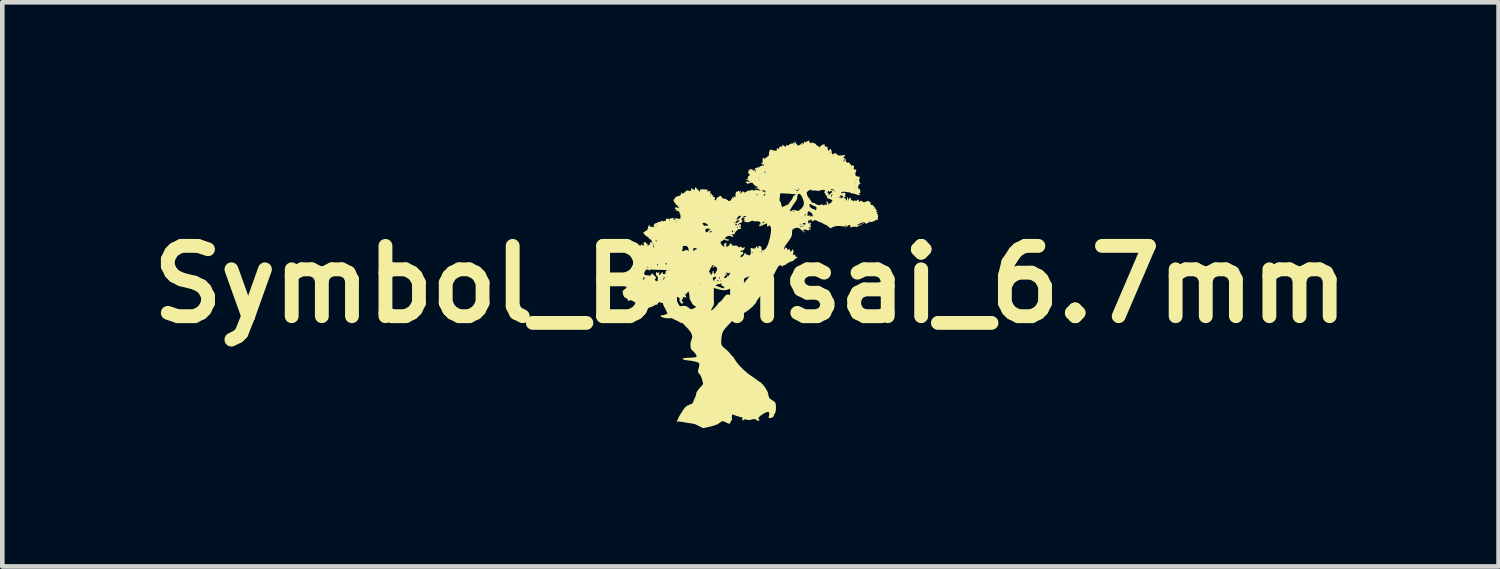
<source format=kicad_pcb>
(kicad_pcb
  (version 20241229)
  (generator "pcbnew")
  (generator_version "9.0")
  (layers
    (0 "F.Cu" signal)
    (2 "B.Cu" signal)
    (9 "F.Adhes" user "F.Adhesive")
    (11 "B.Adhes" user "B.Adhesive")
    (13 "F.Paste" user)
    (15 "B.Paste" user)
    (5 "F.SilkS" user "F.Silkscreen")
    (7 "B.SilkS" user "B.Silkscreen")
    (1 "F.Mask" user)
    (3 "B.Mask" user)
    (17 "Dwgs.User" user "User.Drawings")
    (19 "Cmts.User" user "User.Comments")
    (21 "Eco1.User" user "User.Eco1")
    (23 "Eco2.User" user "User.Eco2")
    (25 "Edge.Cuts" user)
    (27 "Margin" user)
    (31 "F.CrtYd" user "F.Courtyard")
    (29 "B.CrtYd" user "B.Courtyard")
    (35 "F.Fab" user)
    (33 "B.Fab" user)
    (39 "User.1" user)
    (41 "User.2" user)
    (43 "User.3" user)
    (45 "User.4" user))
  (footprint "Symbol_Bonsai_6.7mm"
    (layer "F.Cu")
    (at 13.215 3.114)
    (property "Reference" "Symbol_Bonsai_6.7mm" (at 0 0 0) (layer "F.SilkS") (effects (font (size 1.524 1.524) (thickness 0.3))))
    (attr board_only exclude_from_pos_files exclude_from_bom)
    (fp_poly (pts (xy -0.903 -1.197) (xy -0.909 -1.191) (xy -0.916 -1.197) (xy -0.909 -1.204)) (stroke (width 0) (type solid)) (fill yes) (layer "F.SilkS"))
    (fp_poly (pts (xy 2.451 -1.325) (xy 2.454 -1.322) (xy 2.453 -1.31) (xy 2.449 -1.309) (xy 2.43 -1.318) (xy 2.427 -1.322) (xy 2.428 -1.334) (xy 2.432 -1.335)) (stroke (width 0) (type solid)) (fill yes) (layer "F.SilkS"))
    (fp_poly (pts (xy 1.271 -3.113) (xy 1.279 -3.101) (xy 1.278 -3.095) (xy 1.28 -3.078) (xy 1.289 -3.075) (xy 1.307 -3.067) (xy 1.309 -3.06) (xy 1.315 -3.056) (xy 1.328 -3.069) (xy 1.342 -3.083) (xy 1.347 -3.078) (xy 1.354 -3.064) (xy 1.358 -3.064) (xy 1.384 -3.06) (xy 1.411 -3.047) (xy 1.426 -3.031) (xy 1.426 -3.028) (xy 1.438 -3.012) (xy 1.46 -3.002) (xy 1.484 -2.99) (xy 1.486 -2.972) (xy 1.489 -2.968) (xy 1.505 -2.98) (xy 1.519 -2.994) (xy 1.547 -3.019) (xy 1.571 -3.031) (xy 1.577 -3.031) (xy 1.597 -3.034) (xy 1.601 -3.04) (xy 1.606 -3.04) (xy 1.609 -3.02) (xy 1.609 -3.019) (xy 1.614 -2.993) (xy 1.626 -2.985) (xy 1.655 -2.986) (xy 1.672 -2.981) (xy 1.672 -2.976) (xy 1.67 -2.96) (xy 1.677 -2.931) (xy 1.677 -2.93) (xy 1.691 -2.891) (xy 1.715 -2.918) (xy 1.733 -2.935) (xy 1.744 -2.935) (xy 1.754 -2.908) (xy 1.763 -2.871) (xy 1.768 -2.838) (xy 1.768 -2.827) (xy 1.769 -2.815) (xy 1.783 -2.824) (xy 1.803 -2.833) (xy 1.81 -2.831) (xy 1.818 -2.833) (xy 1.819 -2.839) (xy 1.824 -2.849) (xy 1.837 -2.841) (xy 1.856 -2.833) (xy 1.863 -2.836) (xy 1.873 -2.833) (xy 1.879 -2.819) (xy 1.887 -2.803) (xy 1.906 -2.796) (xy 1.942 -2.794) (xy 1.954 -2.794) (xy 1.996 -2.796) (xy 2.028 -2.801) (xy 2.038 -2.805) (xy 2.052 -2.808) (xy 2.053 -2.797) (xy 2.041 -2.78) (xy 2.035 -2.774) (xy 2.017 -2.753) (xy 2.024 -2.738) (xy 2.041 -2.731) (xy 2.061 -2.717) (xy 2.068 -2.686) (xy 2.068 -2.683) (xy 2.071 -2.656) (xy 2.08 -2.65) (xy 2.081 -2.65) (xy 2.093 -2.648) (xy 2.094 -2.642) (xy 2.098 -2.632) (xy 2.109 -2.64) (xy 2.124 -2.646) (xy 2.144 -2.632) (xy 2.155 -2.62) (xy 2.175 -2.593) (xy 2.185 -2.575) (xy 2.185 -2.573) (xy 2.193 -2.571) (xy 2.205 -2.578) (xy 2.221 -2.587) (xy 2.225 -2.579) (xy 2.232 -2.569) (xy 2.237 -2.571) (xy 2.243 -2.565) (xy 2.243 -2.539) (xy 2.242 -2.531) (xy 2.238 -2.5) (xy 2.243 -2.489) (xy 2.259 -2.491) (xy 2.26 -2.492) (xy 2.285 -2.491) (xy 2.296 -2.473) (xy 2.289 -2.446) (xy 2.285 -2.44) (xy 2.275 -2.411) (xy 2.274 -2.382) (xy 2.282 -2.357) (xy 2.3 -2.344) (xy 2.332 -2.337) (xy 2.365 -2.33) (xy 2.375 -2.32) (xy 2.371 -2.312) (xy 2.36 -2.283) (xy 2.359 -2.244) (xy 2.368 -2.207) (xy 2.38 -2.188) (xy 2.392 -2.177) (xy 2.388 -2.177) (xy 2.366 -2.175) (xy 2.347 -2.154) (xy 2.336 -2.12) (xy 2.335 -2.109) (xy 2.337 -2.08) (xy 2.347 -2.07) (xy 2.356 -2.071) (xy 2.373 -2.069) (xy 2.376 -2.05) (xy 2.379 -2.02) (xy 2.385 -2.007) (xy 2.385 -1.991) (xy 2.369 -1.983) (xy 2.351 -1.971) (xy 2.35 -1.962) (xy 2.365 -1.955) (xy 2.369 -1.957) (xy 2.381 -1.956) (xy 2.382 -1.952) (xy 2.371 -1.937) (xy 2.344 -1.935) (xy 2.305 -1.945) (xy 2.286 -1.953) (xy 2.25 -1.967) (xy 2.221 -1.971) (xy 2.215 -1.97) (xy 2.192 -1.971) (xy 2.184 -1.978) (xy 2.166 -1.989) (xy 2.133 -1.996) (xy 2.124 -1.997) (xy 2.085 -2.001) (xy 2.055 -2.007) (xy 2.052 -2.008) (xy 2.024 -2.01) (xy 2.005 -2.004) (xy 1.981 -1.996) (xy 1.97 -1.999) (xy 1.967 -1.997) (xy 1.97 -1.985) (xy 1.982 -1.969) (xy 1.993 -1.975) (xy 2.018 -1.988) (xy 2.03 -1.989) (xy 2.051 -1.98) (xy 2.062 -1.96) (xy 2.058 -1.94) (xy 2.054 -1.936) (xy 2.046 -1.925) (xy 2.053 -1.918) (xy 2.062 -1.902) (xy 2.06 -1.896) (xy 2.045 -1.89) (xy 2.041 -1.891) (xy 2.029 -1.889) (xy 2.028 -1.884) (xy 2.039 -1.869) (xy 2.054 -1.862) (xy 2.073 -1.847) (xy 2.074 -1.83) (xy 2.075 -1.813) (xy 2.081 -1.813) (xy 2.091 -1.831) (xy 2.094 -1.852) (xy 2.098 -1.883) (xy 2.108 -1.89) (xy 2.118 -1.875) (xy 2.121 -1.849) (xy 2.123 -1.818) (xy 2.125 -1.811) (xy 2.13 -1.828) (xy 2.133 -1.839) (xy 2.14 -1.862) (xy 2.144 -1.867) (xy 2.145 -1.866) (xy 2.154 -1.864) (xy 2.168 -1.873) (xy 2.183 -1.883) (xy 2.185 -1.874) (xy 2.181 -1.855) (xy 2.177 -1.831) (xy 2.185 -1.825) (xy 2.192 -1.827) (xy 2.212 -1.824) (xy 2.22 -1.812) (xy 2.228 -1.797) (xy 2.238 -1.802) (xy 2.246 -1.813) (xy 2.26 -1.826) (xy 2.264 -1.822) (xy 2.275 -1.811) (xy 2.289 -1.809) (xy 2.307 -1.815) (xy 2.309 -1.82) (xy 2.314 -1.832) (xy 2.323 -1.837) (xy 2.341 -1.833) (xy 2.35 -1.812) (xy 2.358 -1.79) (xy 2.367 -1.791) (xy 2.375 -1.801) (xy 2.387 -1.814) (xy 2.402 -1.813) (xy 2.427 -1.798) (xy 2.432 -1.794) (xy 2.458 -1.779) (xy 2.472 -1.777) (xy 2.473 -1.78) (xy 2.483 -1.79) (xy 2.49 -1.79) (xy 2.511 -1.793) (xy 2.524 -1.802) (xy 2.541 -1.813) (xy 2.559 -1.804) (xy 2.564 -1.8) (xy 2.585 -1.787) (xy 2.595 -1.788) (xy 2.601 -1.783) (xy 2.604 -1.759) (xy 2.604 -1.755) (xy 2.607 -1.728) (xy 2.616 -1.72) (xy 2.617 -1.721) (xy 2.636 -1.722) (xy 2.659 -1.712) (xy 2.675 -1.698) (xy 2.676 -1.687) (xy 2.679 -1.677) (xy 2.687 -1.675) (xy 2.704 -1.664) (xy 2.715 -1.637) (xy 2.726 -1.609) (xy 2.743 -1.604) (xy 2.746 -1.605) (xy 2.76 -1.608) (xy 2.752 -1.601) (xy 2.745 -1.597) (xy 2.726 -1.579) (xy 2.724 -1.566) (xy 2.74 -1.565) (xy 2.745 -1.567) (xy 2.76 -1.57) (xy 2.755 -1.56) (xy 2.751 -1.554) (xy 2.741 -1.536) (xy 2.749 -1.528) (xy 2.759 -1.514) (xy 2.765 -1.487) (xy 2.766 -1.456) (xy 2.762 -1.433) (xy 2.755 -1.426) (xy 2.752 -1.421) (xy 2.761 -1.413) (xy 2.774 -1.403) (xy 2.764 -1.399) (xy 2.761 -1.399) (xy 2.732 -1.399) (xy 2.725 -1.399) (xy 2.707 -1.391) (xy 2.701 -1.381) (xy 2.684 -1.366) (xy 2.666 -1.369) (xy 2.648 -1.371) (xy 2.65 -1.361) (xy 2.65 -1.352) (xy 2.631 -1.35) (xy 2.603 -1.354) (xy 2.569 -1.358) (xy 2.559 -1.355) (xy 2.565 -1.349) (xy 2.575 -1.337) (xy 2.56 -1.333) (xy 2.536 -1.334) (xy 2.519 -1.329) (xy 2.52 -1.313) (xy 2.523 -1.299) (xy 2.514 -1.305) (xy 2.503 -1.317) (xy 2.479 -1.339) (xy 2.456 -1.347) (xy 2.425 -1.342) (xy 2.379 -1.323) (xy 2.369 -1.318) (xy 2.328 -1.298) (xy 2.312 -1.287) (xy 2.321 -1.284) (xy 2.354 -1.29) (xy 2.372 -1.294) (xy 2.403 -1.299) (xy 2.42 -1.298) (xy 2.421 -1.296) (xy 2.409 -1.288) (xy 2.38 -1.279) (xy 2.365 -1.276) (xy 2.333 -1.27) (xy 2.323 -1.264) (xy 2.333 -1.256) (xy 2.336 -1.255) (xy 2.342 -1.249) (xy 2.324 -1.247) (xy 2.284 -1.249) (xy 2.232 -1.25) (xy 2.199 -1.245) (xy 2.184 -1.236) (xy 2.169 -1.224) (xy 2.166 -1.233) (xy 2.169 -1.247) (xy 2.167 -1.276) (xy 2.15 -1.287) (xy 2.122 -1.278) (xy 2.101 -1.262) (xy 2.074 -1.241) (xy 2.054 -1.23) (xy 2.052 -1.23) (xy 2.051 -1.237) (xy 2.067 -1.254) (xy 2.069 -1.256) (xy 2.087 -1.275) (xy 2.086 -1.281) (xy 2.068 -1.276) (xy 2.042 -1.261) (xy 2.023 -1.249) (xy 2.018 -1.25) (xy 2.018 -1.251) (xy 2.01 -1.257) (xy 1.981 -1.262) (xy 1.937 -1.266) (xy 1.934 -1.266) (xy 1.87 -1.265) (xy 1.822 -1.256) (xy 1.789 -1.243) (xy 1.756 -1.227) (xy 1.736 -1.218) (xy 1.732 -1.217) (xy 1.722 -1.225) (xy 1.698 -1.245) (xy 1.686 -1.256) (xy 1.655 -1.28) (xy 1.628 -1.294) (xy 1.621 -1.296) (xy 1.594 -1.305) (xy 1.585 -1.313) (xy 1.564 -1.327) (xy 1.529 -1.342) (xy 1.515 -1.347) (xy 1.476 -1.361) (xy 1.445 -1.377) (xy 1.439 -1.381) (xy 1.416 -1.391) (xy 1.388 -1.391) (xy 1.366 -1.383) (xy 1.361 -1.373) (xy 1.351 -1.367) (xy 1.341 -1.369) (xy 1.328 -1.381) (xy 1.328 -1.387) (xy 1.324 -1.4) (xy 1.315 -1.405) (xy 1.298 -1.403) (xy 1.296 -1.392) (xy 1.292 -1.378) (xy 1.278 -1.386) (xy 1.276 -1.387) (xy 1.26 -1.397) (xy 1.255 -1.386) (xy 1.255 -1.385) (xy 1.253 -1.358) (xy 1.251 -1.339) (xy 1.251 -1.32) (xy 1.261 -1.32) (xy 1.277 -1.33) (xy 1.302 -1.341) (xy 1.314 -1.337) (xy 1.312 -1.322) (xy 1.307 -1.319) (xy 1.298 -1.308) (xy 1.302 -1.283) (xy 1.306 -1.271) (xy 1.315 -1.243) (xy 1.312 -1.234) (xy 1.296 -1.236) (xy 1.273 -1.238) (xy 1.264 -1.232) (xy 1.268 -1.22) (xy 1.283 -1.213) (xy 1.304 -1.202) (xy 1.309 -1.193) (xy 1.298 -1.186) (xy 1.28 -1.188) (xy 1.261 -1.19) (xy 1.262 -1.179) (xy 1.263 -1.178) (xy 1.266 -1.166) (xy 1.25 -1.17) (xy 1.249 -1.17) (xy 1.204 -1.186) (xy 1.172 -1.189) (xy 1.155 -1.185) (xy 1.141 -1.177) (xy 1.146 -1.166) (xy 1.163 -1.151) (xy 1.18 -1.133) (xy 1.18 -1.125) (xy 1.179 -1.125) (xy 1.162 -1.134) (xy 1.133 -1.155) (xy 1.107 -1.178) (xy 1.065 -1.212) (xy 1.03 -1.227) (xy 0.992 -1.225) (xy 0.95 -1.21) (xy 0.923 -1.197) (xy 0.909 -1.182) (xy 0.904 -1.157) (xy 0.903 -1.122) (xy 0.901 -1.083) (xy 0.892 -1.047) (xy 0.875 -1.009) (xy 0.846 -0.963) (xy 0.803 -0.905) (xy 0.792 -0.89) (xy 0.755 -0.838) (xy 0.732 -0.797) (xy 0.723 -0.77) (xy 0.73 -0.759) (xy 0.732 -0.759) (xy 0.743 -0.77) (xy 0.746 -0.788) (xy 0.748 -0.808) (xy 0.756 -0.803) (xy 0.759 -0.798) (xy 0.77 -0.788) (xy 0.772 -0.792) (xy 0.779 -0.793) (xy 0.792 -0.78) (xy 0.803 -0.755) (xy 0.801 -0.74) (xy 0.801 -0.737) (xy 0.815 -0.751) (xy 0.816 -0.751) (xy 0.834 -0.768) (xy 0.846 -0.765) (xy 0.851 -0.758) (xy 0.862 -0.732) (xy 0.863 -0.723) (xy 0.87 -0.708) (xy 0.885 -0.714) (xy 0.902 -0.736) (xy 0.92 -0.765) (xy 0.931 -0.733) (xy 0.936 -0.707) (xy 0.932 -0.695) (xy 0.924 -0.676) (xy 0.924 -0.671) (xy 0.927 -0.643) (xy 0.927 -0.64) (xy 0.935 -0.633) (xy 0.949 -0.641) (xy 0.965 -0.65) (xy 0.97 -0.646) (xy 0.972 -0.624) (xy 0.973 -0.615) (xy 0.985 -0.6) (xy 0.998 -0.599) (xy 1.017 -0.597) (xy 1.018 -0.585) (xy 1.001 -0.572) (xy 0.995 -0.569) (xy 0.967 -0.551) (xy 0.955 -0.536) (xy 0.934 -0.517) (xy 0.897 -0.5) (xy 0.883 -0.496) (xy 0.848 -0.485) (xy 0.827 -0.474) (xy 0.824 -0.47) (xy 0.814 -0.459) (xy 0.804 -0.458) (xy 0.783 -0.447) (xy 0.777 -0.438) (xy 0.759 -0.423) (xy 0.738 -0.419) (xy 0.712 -0.411) (xy 0.707 -0.398) (xy 0.704 -0.385) (xy 0.692 -0.392) (xy 0.688 -0.396) (xy 0.66 -0.411) (xy 0.639 -0.414) (xy 0.626 -0.41) (xy 0.612 -0.398) (xy 0.595 -0.374) (xy 0.573 -0.336) (xy 0.544 -0.28) (xy 0.51 -0.213) (xy 0.475 -0.143) (xy 0.44 -0.079) (xy 0.408 -0.024) (xy 0.383 0.014) (xy 0.371 0.029) (xy 0.342 0.063) (xy 0.309 0.11) (xy 0.282 0.154) (xy 0.249 0.206) (xy 0.211 0.26) (xy 0.183 0.295) (xy 0.155 0.33) (xy 0.136 0.358) (xy 0.131 0.372) (xy 0.121 0.396) (xy 0.094 0.43) (xy 0.055 0.472) (xy 0.008 0.516) (xy -0.043 0.557) (xy -0.09 0.591) (xy -0.145 0.625) (xy -0.205 0.656) (xy -0.256 0.679) (xy -0.263 0.682) (xy -0.303 0.698) (xy -0.331 0.713) (xy -0.34 0.723) (xy -0.349 0.736) (xy -0.372 0.765) (xy -0.407 0.804) (xy -0.45 0.849) (xy -0.456 0.855) (xy -0.515 0.918) (xy -0.558 0.968) (xy -0.587 1.011) (xy -0.607 1.053) (xy -0.619 1.098) (xy -0.627 1.152) (xy -0.627 1.156) (xy -0.633 1.226) (xy -0.633 1.277) (xy -0.624 1.314) (xy -0.603 1.345) (xy -0.57 1.375) (xy -0.554 1.387) (xy -0.51 1.425) (xy -0.468 1.467) (xy -0.443 1.496) (xy -0.417 1.53) (xy -0.394 1.554) (xy -0.385 1.561) (xy -0.368 1.579) (xy -0.347 1.61) (xy -0.338 1.626) (xy -0.305 1.678) (xy -0.255 1.74) (xy -0.194 1.806) (xy -0.126 1.871) (xy -0.058 1.929) (xy 0 1.972) (xy 0.05 2.005) (xy 0.094 2.036) (xy 0.126 2.06) (xy 0.137 2.068) (xy 0.167 2.09) (xy 0.204 2.114) (xy 0.209 2.116) (xy 0.245 2.145) (xy 0.286 2.191) (xy 0.325 2.246) (xy 0.359 2.302) (xy 0.381 2.353) (xy 0.386 2.375) (xy 0.395 2.425) (xy 0.406 2.456) (xy 0.424 2.478) (xy 0.453 2.498) (xy 0.463 2.504) (xy 0.5 2.528) (xy 0.528 2.55) (xy 0.536 2.558) (xy 0.547 2.585) (xy 0.553 2.629) (xy 0.554 2.68) (xy 0.55 2.731) (xy 0.542 2.772) (xy 0.531 2.795) (xy 0.514 2.822) (xy 0.51 2.84) (xy 0.499 2.866) (xy 0.468 2.887) (xy 0.427 2.899) (xy 0.421 2.899) (xy 0.4 2.897) (xy 0.396 2.882) (xy 0.399 2.867) (xy 0.409 2.815) (xy 0.408 2.783) (xy 0.394 2.767) (xy 0.383 2.764) (xy 0.352 2.769) (xy 0.309 2.787) (xy 0.262 2.815) (xy 0.216 2.849) (xy 0.197 2.867) (xy 0.174 2.893) (xy 0.17 2.908) (xy 0.178 2.919) (xy 0.194 2.938) (xy 0.196 2.946) (xy 0.186 2.956) (xy 0.164 2.956) (xy 0.14 2.946) (xy 0.131 2.938) (xy 0.107 2.922) (xy 0.07 2.92) (xy 0.015 2.932) (xy 0.013 2.933) (xy -0.036 2.941) (xy -0.079 2.933) (xy -0.113 2.925) (xy -0.134 2.93) (xy -0.144 2.938) (xy -0.166 2.95) (xy -0.177 2.941) (xy -0.175 2.91) (xy -0.175 2.91) (xy -0.173 2.886) (xy -0.188 2.879) (xy -0.194 2.879) (xy -0.22 2.875) (xy -0.261 2.863) (xy -0.307 2.848) (xy -0.393 2.817) (xy -0.401 2.848) (xy -0.404 2.886) (xy -0.4 2.912) (xy -0.398 2.936) (xy -0.404 2.944) (xy -0.416 2.955) (xy -0.431 2.981) (xy -0.432 2.984) (xy -0.446 3.011) (xy -0.458 3.023) (xy -0.459 3.023) (xy -0.475 3.017) (xy -0.507 3.003) (xy -0.536 2.989) (xy -0.573 2.972) (xy -0.6 2.965) (xy -0.625 2.972) (xy -0.657 2.993) (xy -0.68 3.011) (xy -0.726 3.037) (xy -0.796 3.062) (xy -0.864 3.08) (xy -0.922 3.094) (xy -0.972 3.105) (xy -1.008 3.112) (xy -1.021 3.114) (xy -1.041 3.108) (xy -1.077 3.091) (xy -1.12 3.068) (xy -1.125 3.065) (xy -1.202 3.029) (xy -1.268 3.014) (xy -1.269 3.014) (xy -1.311 3.009) (xy -1.368 3.001) (xy -1.427 2.99) (xy -1.433 2.989) (xy -1.487 2.98) (xy -1.535 2.974) (xy -1.569 2.973) (xy -1.573 2.974) (xy -1.598 2.976) (xy -1.6 2.969) (xy -1.59 2.957) (xy -1.574 2.933) (xy -1.57 2.919) (xy -1.563 2.897) (xy -1.544 2.86) (xy -1.517 2.814) (xy -1.486 2.765) (xy -1.454 2.717) (xy -1.425 2.679) (xy -1.403 2.654) (xy -1.402 2.653) (xy -1.357 2.623) (xy -1.3 2.598) (xy -1.269 2.587) (xy -1.253 2.572) (xy -1.237 2.54) (xy -1.231 2.524) (xy -1.216 2.483) (xy -1.2 2.448) (xy -1.196 2.441) (xy -1.181 2.407) (xy -1.178 2.385) (xy -1.168 2.34) (xy -1.138 2.291) (xy -1.087 2.232) (xy -1.079 2.225) (xy -1.045 2.187) (xy -1.028 2.16) (xy -1.028 2.14) (xy -1.035 2.112) (xy -1.046 2.071) (xy -1.053 2.044) (xy -1.072 1.99) (xy -1.099 1.949) (xy -1.104 1.944) (xy -1.125 1.923) (xy -1.135 1.903) (xy -1.136 1.878) (xy -1.128 1.839) (xy -1.12 1.809) (xy -1.108 1.757) (xy -1.108 1.722) (xy -1.123 1.699) (xy -1.158 1.684) (xy -1.212 1.67) (xy -1.264 1.66) (xy -1.311 1.652) (xy -1.343 1.649) (xy -1.345 1.649) (xy -1.382 1.645) (xy -1.425 1.636) (xy -1.431 1.635) (xy -1.464 1.622) (xy -1.472 1.611) (xy -1.456 1.602) (xy -1.417 1.595) (xy -1.358 1.591) (xy -1.332 1.59) (xy -1.254 1.586) (xy -1.2 1.58) (xy -1.17 1.57) (xy -1.165 1.562) (xy -1.173 1.536) (xy -1.193 1.502) (xy -1.219 1.469) (xy -1.243 1.446) (xy -1.248 1.443) (xy -1.277 1.416) (xy -1.295 1.372) (xy -1.301 1.316) (xy -1.295 1.255) (xy -1.277 1.195) (xy -1.268 1.175) (xy -1.26 1.133) (xy -1.271 1.082) (xy -1.3 1.027) (xy -1.344 0.971) (xy -1.353 0.962) (xy -1.425 0.888) (xy -1.484 0.822) (xy -1.527 0.766) (xy -1.534 0.754) (xy -1.549 0.734) (xy -1.564 0.724) (xy -1.587 0.722) (xy -1.627 0.726) (xy -1.64 0.728) (xy -1.7 0.733) (xy -1.765 0.735) (xy -1.798 0.735) (xy -1.848 0.729) (xy -1.891 0.719) (xy -1.924 0.706) (xy -1.945 0.692) (xy -1.95 0.68) (xy -1.936 0.671) (xy -1.9 0.667) (xy -1.899 0.667) (xy -1.864 0.661) (xy -1.82 0.643) (xy -1.773 0.618) (xy -1.729 0.59) (xy -1.694 0.562) (xy -1.674 0.537) (xy -1.672 0.526) (xy -1.669 0.512) (xy -1.651 0.504) (xy -1.615 0.501) (xy -1.575 0.497) (xy -1.546 0.49) (xy -1.54 0.486) (xy -1.503 0.47) (xy -1.454 0.464) (xy -1.405 0.469) (xy -1.385 0.476) (xy -1.357 0.493) (xy -1.316 0.522) (xy -1.268 0.56) (xy -1.237 0.587) (xy -1.191 0.628) (xy -1.159 0.653) (xy -1.139 0.666) (xy -1.125 0.668) (xy -1.113 0.661) (xy -1.11 0.658) (xy -1.09 0.625) (xy -1.089 0.582) (xy -1.106 0.54) (xy -1.129 0.518) (xy -1.165 0.492) (xy -1.191 0.476) (xy -1.228 0.452) (xy -1.256 0.427) (xy -1.264 0.414) (xy -1.279 0.383) (xy -1.297 0.355) (xy -1.317 0.311) (xy -1.322 0.257) (xy -1.325 0.217) (xy -1.333 0.183) (xy -1.343 0.159) (xy -1.353 0.151) (xy -1.361 0.162) (xy -1.363 0.172) (xy -1.375 0.197) (xy -1.39 0.201) (xy -1.406 0.209) (xy -1.409 0.231) (xy -1.4 0.256) (xy -1.387 0.272) (xy -1.379 0.282) (xy -1.389 0.284) (xy -1.419 0.28) (xy -1.451 0.276) (xy -1.464 0.28) (xy -1.462 0.292) (xy -1.464 0.313) (xy -1.473 0.319) (xy -1.49 0.336) (xy -1.484 0.36) (xy -1.472 0.375) (xy -1.455 0.398) (xy -1.461 0.41) (xy -1.486 0.414) (xy -1.509 0.411) (xy -1.517 0.401) (xy -1.518 0.368) (xy -1.533 0.353) (xy -1.541 0.352) (xy -1.553 0.349) (xy -1.547 0.345) (xy -1.531 0.328) (xy -1.535 0.305) (xy -1.555 0.284) (xy -1.561 0.281) (xy -1.492 0.281) (xy -1.485 0.288) (xy -1.479 0.281) (xy -1.485 0.275) (xy -1.492 0.281) (xy -1.561 0.281) (xy -1.569 0.277) (xy -1.598 0.27) (xy -1.612 0.277) (xy -1.616 0.286) (xy -1.624 0.298) (xy -1.632 0.289) (xy -1.637 0.278) (xy -1.657 0.254) (xy -1.688 0.251) (xy -1.714 0.263) (xy -1.727 0.273) (xy -1.716 0.272) (xy -1.712 0.27) (xy -1.691 0.274) (xy -1.679 0.293) (xy -1.682 0.315) (xy -1.702 0.327) (xy -1.73 0.316) (xy -1.74 0.308) (xy -1.755 0.298) (xy -1.774 0.297) (xy -1.804 0.305) (xy -1.837 0.317) (xy -1.879 0.333) (xy -1.898 0.345) (xy -1.893 0.358) (xy -1.867 0.377) (xy -1.85 0.389) (xy -1.838 0.398) (xy -1.845 0.403) (xy -1.874 0.405) (xy -1.88 0.405) (xy -1.916 0.403) (xy -1.939 0.397) (xy -1.942 0.394) (xy -1.959 0.386) (xy -1.982 0.389) (xy -2.002 0.4) (xy -2.006 0.414) (xy -2.006 0.43) (xy -2.011 0.433) (xy -2.064 0.445) (xy -2.092 0.462) (xy -2.128 0.483) (xy -2.182 0.499) (xy -2.245 0.509) (xy -2.279 0.51) (xy -2.323 0.505) (xy -2.367 0.493) (xy -2.397 0.478) (xy -2.264 0.478) (xy -2.257 0.484) (xy -2.251 0.478) (xy -2.257 0.471) (xy -2.264 0.478) (xy -2.397 0.478) (xy -2.401 0.476) (xy -2.419 0.458) (xy -2.225 0.458) (xy -2.215 0.471) (xy -2.212 0.471) (xy -2.195 0.462) (xy -2.192 0.458) (xy -2.195 0.447) (xy -2.204 0.445) (xy -2.222 0.452) (xy -2.225 0.458) (xy -2.419 0.458) (xy -2.42 0.457) (xy -2.421 0.451) (xy -2.431 0.439) (xy -2.432 0.438) (xy -2.12 0.438) (xy -2.113 0.445) (xy -2.107 0.438) (xy -2.113 0.432) (xy -2.12 0.438) (xy -2.432 0.438) (xy -2.459 0.418) (xy -2.499 0.392) (xy -2.512 0.385) (xy -2.557 0.358) (xy -2.586 0.344) (xy -2.604 0.341) (xy -2.617 0.346) (xy -2.623 0.351) (xy -2.639 0.363) (xy -2.643 0.355) (xy -2.651 0.345) (xy -2.656 0.347) (xy -2.664 0.345) (xy -2.661 0.334) (xy -2.664 0.316) (xy -2.69 0.301) (xy -2.693 0.3) (xy -2.287 0.3) (xy -2.285 0.301) (xy -2.274 0.292) (xy -1.88 0.292) (xy -1.878 0.3) (xy -1.871 0.301) (xy -1.861 0.296) (xy -1.863 0.292) (xy -1.71 0.292) (xy -1.708 0.3) (xy -1.701 0.301) (xy -1.69 0.296) (xy -1.692 0.292) (xy -1.708 0.291) (xy -1.71 0.292) (xy -1.863 0.292) (xy -1.878 0.291) (xy -1.88 0.292) (xy -2.274 0.292) (xy -2.273 0.292) (xy -2.27 0.288) (xy -2.267 0.276) (xy -2.269 0.275) (xy -2.281 0.284) (xy -2.284 0.288) (xy -2.287 0.3) (xy -2.693 0.3) (xy -2.695 0.299) (xy -2.731 0.277) (xy -2.754 0.238) (xy -2.762 0.203) (xy -1.439 0.203) (xy -1.433 0.209) (xy -1.426 0.203) (xy -1.433 0.196) (xy -1.439 0.203) (xy -2.762 0.203) (xy -2.768 0.178) (xy -2.768 0.177) (xy -2.768 0.148) (xy -2.753 0.127) (xy -2.728 0.108) (xy -2.699 0.085) (xy -2.684 0.065) (xy -2.683 0.06) (xy -2.672 0.04) (xy -2.663 0.035) (xy -2.646 0.017) (xy -2.645 0.013) (xy -2.604 0.013) (xy -2.599 0.024) (xy -2.595 0.022) (xy -2.594 0.006) (xy -2.595 0.004) (xy -2.603 0.006) (xy -2.604 0.013) (xy -2.645 0.013) (xy -2.643 0.007) (xy -2.639 -0.004) (xy -1.099 -0.004) (xy -1.088 0.028) (xy -1.061 0.049) (xy -1.037 0.052) (xy -1.017 0.054) (xy -1.013 0.062) (xy -1.025 0.084) (xy -1.029 0.091) (xy -1.043 0.12) (xy -1.045 0.147) (xy -1.036 0.185) (xy -1.036 0.186) (xy -1.024 0.227) (xy -1.009 0.282) (xy -0.994 0.339) (xy -0.994 0.34) (xy -0.98 0.39) (xy -0.969 0.433) (xy -0.961 0.459) (xy -0.961 0.461) (xy -0.948 0.479) (xy -0.921 0.504) (xy -0.888 0.531) (xy -0.858 0.552) (xy -0.838 0.562) (xy -0.838 0.562) (xy -0.826 0.554) (xy -0.802 0.532) (xy -0.769 0.501) (xy -0.737 0.467) (xy -0.715 0.439) (xy -0.707 0.423) (xy -0.696 0.406) (xy -0.671 0.388) (xy -0.669 0.387) (xy -0.64 0.365) (xy -0.608 0.329) (xy -0.591 0.306) (xy -0.564 0.269) (xy -0.538 0.239) (xy -0.526 0.228) (xy -0.5 0.219) (xy -0.471 0.219) (xy -0.45 0.227) (xy -0.445 0.236) (xy -0.435 0.241) (xy -0.412 0.235) (xy -0.382 0.221) (xy -0.354 0.203) (xy -0.337 0.187) (xy -0.31 0.163) (xy -0.289 0.151) (xy -0.265 0.132) (xy -0.243 0.097) (xy -0.227 0.054) (xy -0.222 0.021) (xy -0.214 -0.009) (xy -0.195 -0.024) (xy -0.172 -0.02) (xy -0.168 -0.016) (xy -0.155 -0.017) (xy -0.133 -0.037) (xy -0.099 -0.077) (xy -0.065 -0.121) (xy 0.024 -0.24) (xy -0.005 -0.263) (xy -0.03 -0.277) (xy -0.045 -0.274) (xy -0.065 -0.271) (xy -0.082 -0.276) (xy -0.107 -0.282) (xy -0.132 -0.267) (xy -0.15 -0.255) (xy -0.157 -0.258) (xy -0.169 -0.269) (xy -0.197 -0.276) (xy -0.203 -0.277) (xy -0.234 -0.278) (xy -0.249 -0.272) (xy -0.243 -0.263) (xy -0.232 -0.258) (xy -0.231 -0.25) (xy -0.251 -0.238) (xy -0.255 -0.236) (xy -0.284 -0.228) (xy -0.303 -0.234) (xy -0.314 -0.245) (xy -0.334 -0.261) (xy -0.364 -0.266) (xy -0.393 -0.264) (xy -0.43 -0.258) (xy -0.456 -0.249) (xy -0.46 -0.245) (xy -0.475 -0.239) (xy -0.49 -0.248) (xy -0.508 -0.258) (xy -0.525 -0.25) (xy -0.541 -0.235) (xy -0.559 -0.215) (xy -0.56 -0.212) (xy -0.543 -0.225) (xy -0.541 -0.227) (xy -0.516 -0.241) (xy -0.504 -0.236) (xy -0.506 -0.221) (xy -0.515 -0.215) (xy -0.534 -0.201) (xy -0.554 -0.177) (xy -0.569 -0.153) (xy -0.573 -0.137) (xy -0.572 -0.136) (xy -0.557 -0.136) (xy -0.532 -0.143) (xy -0.503 -0.165) (xy -0.496 -0.186) (xy -0.495 -0.207) (xy -0.49 -0.202) (xy -0.484 -0.19) (xy -0.475 -0.173) (xy -0.472 -0.173) (xy -0.465 -0.201) (xy -0.45 -0.219) (xy -0.432 -0.233) (xy -0.425 -0.236) (xy -0.421 -0.226) (xy -0.422 -0.219) (xy -0.415 -0.204) (xy -0.39 -0.189) (xy -0.387 -0.188) (xy -0.362 -0.177) (xy -0.358 -0.17) (xy -0.373 -0.163) (xy -0.405 -0.142) (xy -0.419 -0.115) (xy -0.419 -0.114) (xy -0.411 -0.109) (xy -0.406 -0.111) (xy -0.394 -0.109) (xy -0.393 -0.104) (xy -0.383 -0.095) (xy -0.373 -0.096) (xy -0.358 -0.095) (xy -0.353 -0.072) (xy -0.349 -0.049) (xy -0.334 -0.047) (xy -0.33 -0.049) (xy -0.315 -0.053) (xy -0.32 -0.042) (xy -0.325 -0.036) (xy -0.336 -0.013) (xy -0.335 -0.001) (xy -0.337 0.017) (xy -0.36 0.042) (xy -0.4 0.07) (xy -0.453 0.098) (xy -0.458 0.1) (xy -0.515 0.12) (xy -0.571 0.127) (xy -0.634 0.121) (xy -0.711 0.101) (xy -0.72 0.098) (xy -0.766 0.085) (xy -0.806 0.076) (xy -0.824 0.073) (xy -0.863 0.065) (xy -0.886 0.055) (xy -0.922 0.042) (xy -0.947 0.039) (xy -0.975 0.034) (xy -0.987 0.026) (xy -0.754 0.026) (xy -0.739 0.033) (xy -0.709 0.043) (xy -0.671 0.058) (xy -0.667 0.059) (xy -0.622 0.076) (xy -0.595 0.083) (xy -0.579 0.083) (xy -0.569 0.076) (xy -0.568 0.06) (xy -0.589 0.04) (xy -0.615 0.025) (xy -0.634 0.023) (xy -0.634 0.023) (xy -0.639 0.022) (xy -0.632 0.011) (xy -0.622 -0.011) (xy -0.632 -0.02) (xy -0.654 -0.013) (xy -0.676 -0.006) (xy -0.684 -0.008) (xy -0.699 -0.007) (xy -0.726 0.003) (xy -0.728 0.005) (xy -0.752 0.018) (xy -0.754 0.026) (xy -0.987 0.026) (xy -0.988 0.026) (xy -1.003 0.02) (xy -1.016 0.027) (xy -1.029 0.036) (xy -1.027 0.024) (xy -1.026 0.022) (xy -1.028 0.007) (xy -0.864 0.007) (xy -0.857 0.013) (xy -0.851 0.007) (xy -0.857 0) (xy -0.864 0.007) (xy -1.028 0.007) (xy -1.029 0.001) (xy -1.049 -0.012) (xy -1.067 -0.021) (xy -1.064 -0.024) (xy -1.037 -0.025) (xy -1.007 -0.029) (xy -0.996 -0.042) (xy -0.996 -0.044) (xy -0.87 -0.044) (xy -0.866 -0.019) (xy -0.865 -0.017) (xy -0.853 -0.019) (xy -0.828 -0.025) (xy -0.822 -0.028) (xy -0.428 -0.028) (xy -0.419 -0.034) (xy -0.417 -0.036) (xy -0.407 -0.053) (xy -0.408 -0.059) (xy -0.418 -0.055) (xy -0.424 -0.043) (xy -0.428 -0.028) (xy -0.822 -0.028) (xy -0.8 -0.039) (xy -0.787 -0.069) (xy -0.785 -0.077) (xy -0.785 -0.078) (xy -0.72 -0.078) (xy -0.71 -0.066) (xy -0.707 -0.065) (xy -0.695 -0.076) (xy -0.694 -0.086) (xy -0.695 -0.088) (xy -0.652 -0.088) (xy -0.649 -0.081) (xy -0.636 -0.066) (xy -0.628 -0.069) (xy -0.628 -0.071) (xy -0.637 -0.082) (xy -0.643 -0.086) (xy -0.652 -0.088) (xy -0.695 -0.088) (xy -0.7 -0.099) (xy -0.707 -0.098) (xy -0.719 -0.081) (xy -0.72 -0.078) (xy -0.785 -0.078) (xy -0.777 -0.104) (xy -0.767 -0.115) (xy -0.766 -0.115) (xy -0.754 -0.123) (xy -0.75 -0.137) (xy -0.68 -0.137) (xy -0.678 -0.12) (xy -0.675 -0.118) (xy -0.667 -0.128) (xy -0.663 -0.137) (xy -0.662 -0.154) (xy -0.668 -0.157) (xy -0.679 -0.146) (xy -0.68 -0.137) (xy -0.75 -0.137) (xy -0.748 -0.142) (xy -0.748 -0.164) (xy -0.763 -0.167) (xy -0.774 -0.163) (xy -0.81 -0.144) (xy -0.833 -0.115) (xy -0.838 -0.096) (xy -0.848 -0.08) (xy -0.855 -0.079) (xy -0.865 -0.068) (xy -0.87 -0.044) (xy -0.996 -0.044) (xy -0.995 -0.059) (xy -1.003 -0.09) (xy -1.024 -0.1) (xy -1.054 -0.089) (xy -1.067 -0.078) (xy -1.093 -0.041) (xy -1.099 -0.004) (xy -2.639 -0.004) (xy -2.634 -0.015) (xy -2.615 -0.039) (xy -2.59 -0.056) (xy -2.572 -0.052) (xy -2.569 -0.051) (xy -2.556 -0.045) (xy -2.552 -0.061) (xy -2.552 -0.065) (xy -2.548 -0.084) (xy -2.531 -0.089) (xy -2.513 -0.087) (xy -2.481 -0.08) (xy -2.461 -0.072) (xy -2.452 -0.075) (xy -2.453 -0.102) (xy -2.453 -0.104) (xy -2.454 -0.119) (xy -2.325 -0.119) (xy -2.323 -0.109) (xy -2.315 -0.094) (xy -2.307 -0.101) (xy -2.3 -0.115) (xy -2.292 -0.14) (xy -2.295 -0.153) (xy -2.309 -0.155) (xy -2.321 -0.141) (xy -2.325 -0.119) (xy -2.454 -0.119) (xy -2.455 -0.133) (xy -2.445 -0.144) (xy -2.442 -0.144) (xy -2.429 -0.154) (xy -2.43 -0.164) (xy -2.185 -0.164) (xy -2.179 -0.157) (xy -2.172 -0.164) (xy -2.179 -0.17) (xy -2.185 -0.164) (xy -2.43 -0.164) (xy -2.43 -0.169) (xy -2.425 -0.191) (xy -2.405 -0.205) (xy -2.382 -0.206) (xy -2.368 -0.195) (xy -2.357 -0.189) (xy -2.344 -0.207) (xy -2.341 -0.214) (xy -2.324 -0.237) (xy -2.308 -0.243) (xy -2.298 -0.23) (xy -2.298 -0.22) (xy -2.287 -0.205) (xy -2.259 -0.199) (xy -2.218 -0.196) (xy -2.186 -0.193) (xy -2.16 -0.197) (xy -2.146 -0.221) (xy -2.145 -0.222) (xy -2.138 -0.244) (xy -2.131 -0.241) (xy -2.127 -0.232) (xy -2.114 -0.217) (xy -2.105 -0.217) (xy -2.095 -0.213) (xy -2.094 -0.204) (xy -2.083 -0.186) (xy -2.073 -0.183) (xy -2.059 -0.177) (xy -2.06 -0.171) (xy -2.058 -0.157) (xy -2.051 -0.154) (xy -2.043 -0.144) (xy -2.056 -0.124) (xy -2.057 -0.123) (xy -2.072 -0.103) (xy -2.066 -0.09) (xy -2.051 -0.079) (xy -2.027 -0.066) (xy -2.014 -0.068) (xy -2.011 -0.082) (xy -1.895 -0.082) (xy -1.889 -0.087) (xy -1.886 -0.092) (xy -1.874 -0.105) (xy -1.871 -0.095) (xy -1.871 -0.092) (xy -1.868 -0.081) (xy -1.86 -0.092) (xy -1.61 -0.092) (xy -1.605 -0.081) (xy -1.601 -0.083) (xy -1.599 -0.098) (xy -1.601 -0.1) (xy -1.609 -0.099) (xy -1.61 -0.092) (xy -1.86 -0.092) (xy -1.858 -0.094) (xy -1.857 -0.096) (xy -1.849 -0.123) (xy -1.854 -0.147) (xy -1.869 -0.157) (xy -1.88 -0.147) (xy -1.881 -0.141) (xy -1.885 -0.115) (xy -1.891 -0.098) (xy -1.895 -0.082) (xy -2.011 -0.082) (xy -2.008 -0.09) (xy -2.008 -0.098) (xy -1.95 -0.098) (xy -1.943 -0.092) (xy -1.937 -0.098) (xy -1.943 -0.105) (xy -1.95 -0.098) (xy -2.008 -0.098) (xy -2.006 -0.117) (xy -2.007 -0.155) (xy -2.018 -0.177) (xy -2.027 -0.183) (xy -2.047 -0.207) (xy -2.049 -0.229) (xy -2.042 -0.261) (xy -2.032 -0.272) (xy -2.021 -0.258) (xy -2.021 -0.257) (xy -2.012 -0.242) (xy -2.002 -0.249) (xy -1.994 -0.258) (xy -1.983 -0.271) (xy -1.978 -0.264) (xy -1.976 -0.239) (xy -1.973 -0.206) (xy -1.963 -0.199) (xy -1.948 -0.217) (xy -1.939 -0.236) (xy -1.923 -0.258) (xy -1.908 -0.267) (xy -1.899 -0.259) (xy -1.903 -0.241) (xy -1.9 -0.227) (xy -1.875 -0.222) (xy -1.873 -0.222) (xy -1.847 -0.226) (xy -1.84 -0.239) (xy -1.841 -0.253) (xy -1.838 -0.281) (xy -1.817 -0.298) (xy -1.808 -0.304) (xy -1.815 -0.308) (xy -1.772 -0.308) (xy -1.771 -0.297) (xy -1.767 -0.288) (xy -1.759 -0.268) (xy -1.76 -0.262) (xy -1.759 -0.254) (xy -1.751 -0.243) (xy -1.727 -0.232) (xy -1.712 -0.237) (xy -1.68 -0.247) (xy -1.661 -0.249) (xy -1.643 -0.246) (xy -1.637 -0.232) (xy -1.64 -0.201) (xy -1.642 -0.164) (xy -1.631 -0.141) (xy -1.625 -0.136) (xy -1.606 -0.124) (xy -1.6 -0.129) (xy -1.605 -0.154) (xy -1.608 -0.164) (xy -1.608 -0.215) (xy -1.6 -0.238) (xy -1.582 -0.274) (xy -1.554 -0.248) (xy -1.525 -0.227) (xy -1.508 -0.225) (xy -1.505 -0.236) (xy -1.514 -0.248) (xy -1.517 -0.249) (xy -1.531 -0.259) (xy -1.536 -0.27) (xy -1.537 -0.284) (xy -1.521 -0.287) (xy -1.505 -0.285) (xy -1.475 -0.285) (xy -1.46 -0.299) (xy -1.457 -0.307) (xy -1.442 -0.336) (xy -1.423 -0.351) (xy -1.407 -0.348) (xy -1.4 -0.326) (xy -1.4 -0.325) (xy -1.397 -0.306) (xy -1.389 -0.309) (xy -1.279 -0.309) (xy -1.278 -0.294) (xy -1.266 -0.263) (xy -1.249 -0.229) (xy -1.211 -0.158) (xy -1.191 -0.177) (xy -0.864 -0.177) (xy -0.857 -0.17) (xy -0.851 -0.177) (xy -0.857 -0.183) (xy -0.864 -0.177) (xy -1.191 -0.177) (xy -1.161 -0.206) (xy -1.16 -0.207) (xy -0.914 -0.207) (xy -0.914 -0.202) (xy -0.912 -0.179) (xy -0.909 -0.182) (xy -0.907 -0.192) (xy -0.894 -0.222) (xy -0.883 -0.236) (xy -0.868 -0.244) (xy -0.864 -0.229) (xy -0.864 -0.222) (xy -0.861 -0.202) (xy -0.85 -0.205) (xy -0.844 -0.209) (xy -0.828 -0.235) (xy -0.824 -0.256) (xy -0.819 -0.283) (xy -0.811 -0.294) (xy -0.799 -0.292) (xy -0.796 -0.268) (xy -0.797 -0.253) (xy -0.788 -0.236) (xy -0.779 -0.231) (xy -0.762 -0.233) (xy -0.759 -0.242) (xy -0.75 -0.265) (xy -0.738 -0.28) (xy -0.735 -0.288) (xy -0.386 -0.288) (xy -0.383 -0.277) (xy -0.374 -0.275) (xy -0.356 -0.278) (xy -0.353 -0.281) (xy -0.363 -0.293) (xy -0.38 -0.293) (xy -0.386 -0.288) (xy -0.735 -0.288) (xy -0.724 -0.308) (xy -0.722 -0.336) (xy -0.732 -0.363) (xy -0.749 -0.384) (xy -0.768 -0.392) (xy -0.781 -0.384) (xy -0.781 -0.383) (xy -0.798 -0.368) (xy -0.808 -0.366) (xy -0.82 -0.369) (xy -0.815 -0.381) (xy -0.805 -0.393) (xy -0.789 -0.412) (xy -0.791 -0.418) (xy -0.806 -0.419) (xy -0.824 -0.407) (xy -0.847 -0.377) (xy -0.871 -0.336) (xy -0.892 -0.289) (xy -0.908 -0.244) (xy -0.914 -0.207) (xy -1.16 -0.207) (xy -1.134 -0.235) (xy -1.116 -0.256) (xy -1.112 -0.263) (xy -1.124 -0.272) (xy -1.151 -0.28) (xy -1.155 -0.281) (xy -1.198 -0.292) (xy -1.206 -0.294) (xy -1.138 -0.294) (xy -1.132 -0.288) (xy -1.125 -0.294) (xy -1.132 -0.301) (xy -1.138 -0.294) (xy -1.206 -0.294) (xy -1.234 -0.304) (xy -1.262 -0.311) (xy -1.279 -0.309) (xy -1.389 -0.309) (xy -1.386 -0.31) (xy -1.385 -0.311) (xy -1.376 -0.334) (xy -1.378 -0.346) (xy -1.396 -0.361) (xy -1.425 -0.366) (xy -1.452 -0.359) (xy -1.462 -0.35) (xy -1.483 -0.334) (xy -1.492 -0.332) (xy -1.518 -0.328) (xy -1.554 -0.321) (xy -1.557 -0.321) (xy -1.585 -0.317) (xy -1.589 -0.322) (xy -1.585 -0.324) (xy -1.574 -0.338) (xy -1.581 -0.346) (xy -1.601 -0.346) (xy -1.625 -0.337) (xy -1.629 -0.335) (xy -1.662 -0.322) (xy -1.706 -0.315) (xy -1.721 -0.314) (xy -1.757 -0.313) (xy -1.772 -0.308) (xy -1.815 -0.308) (xy -1.815 -0.308) (xy -1.84 -0.311) (xy -1.887 -0.313) (xy -1.937 -0.314) (xy -2.002 -0.315) (xy -2.063 -0.317) (xy -2.111 -0.319) (xy -2.136 -0.321) (xy -2.167 -0.322) (xy -2.178 -0.316) (xy -2.177 -0.304) (xy -2.174 -0.289) (xy -2.182 -0.299) (xy -2.183 -0.3) (xy -2.213 -0.32) (xy -2.257 -0.321) (xy -2.28 -0.314) (xy -2.309 -0.307) (xy -2.314 -0.311) (xy -2.296 -0.324) (xy -2.284 -0.33) (xy -2.262 -0.349) (xy -2.262 -0.364) (xy -2.275 -0.372) (xy -2.296 -0.362) (xy -2.306 -0.354) (xy -2.33 -0.337) (xy -2.342 -0.337) (xy -2.348 -0.348) (xy -2.351 -0.373) (xy -2.349 -0.379) (xy -2.329 -0.379) (xy -2.325 -0.367) (xy -2.324 -0.366) (xy -2.312 -0.376) (xy -2.31 -0.379) (xy -2.311 -0.392) (xy -2.315 -0.392) (xy -2.25 -0.392) (xy -2.247 -0.386) (xy -2.239 -0.376) (xy -2.22 -0.356) (xy -2.212 -0.356) (xy -2.212 -0.358) (xy -2.22 -0.369) (xy -2.234 -0.381) (xy -2.25 -0.392) (xy -2.315 -0.392) (xy -2.315 -0.393) (xy -2.329 -0.383) (xy -2.329 -0.379) (xy -2.349 -0.379) (xy -2.348 -0.381) (xy -2.352 -0.391) (xy -2.362 -0.393) (xy -2.376 -0.399) (xy -2.375 -0.406) (xy -2.379 -0.416) (xy -2.395 -0.419) (xy -2.416 -0.424) (xy -2.417 -0.438) (xy -2.342 -0.438) (xy -2.336 -0.432) (xy -2.332 -0.435) (xy -2.022 -0.435) (xy -2.02 -0.425) (xy -2.011 -0.408) (xy -2.007 -0.406) (xy -2.003 -0.416) (xy -2.002 -0.425) (xy -2.009 -0.443) (xy -2.015 -0.445) (xy -1.845 -0.445) (xy -1.835 -0.433) (xy -1.826 -0.432) (xy -1.808 -0.439) (xy -1.806 -0.445) (xy -1.816 -0.457) (xy -1.826 -0.458) (xy -1.843 -0.451) (xy -1.845 -0.445) (xy -2.015 -0.445) (xy -2.022 -0.435) (xy -2.332 -0.435) (xy -2.329 -0.438) (xy -2.336 -0.445) (xy -2.342 -0.438) (xy -2.417 -0.438) (xy -2.417 -0.444) (xy -2.417 -0.445) (xy -2.417 -0.451) (xy -2.382 -0.451) (xy -2.375 -0.445) (xy -2.369 -0.451) (xy -2.375 -0.458) (xy -2.382 -0.451) (xy -2.417 -0.451) (xy -2.417 -0.464) (xy -2.433 -0.47) (xy -2.449 -0.471) (xy -2.475 -0.475) (xy -2.48 -0.484) (xy -2.48 -0.484) (xy -2.483 -0.499) (xy -2.492 -0.505) (xy -2.507 -0.522) (xy -2.505 -0.538) (xy -2.506 -0.558) (xy -2.521 -0.563) (xy -2.537 -0.565) (xy -2.528 -0.574) (xy -2.526 -0.576) (xy -2.516 -0.585) (xy -2.529 -0.588) (xy -2.538 -0.589) (xy -2.558 -0.592) (xy -2.561 -0.597) (xy -2.56 -0.613) (xy -2.565 -0.621) (xy -2.569 -0.645) (xy -2.56 -0.675) (xy -2.54 -0.702) (xy -2.522 -0.714) (xy -2.51 -0.722) (xy -1.489 -0.722) (xy -1.479 -0.719) (xy -1.456 -0.723) (xy -1.429 -0.73) (xy -1.41 -0.739) (xy -1.385 -0.748) (xy -1.374 -0.745) (xy -1.374 -0.744) (xy -1.366 -0.737) (xy -1.361 -0.739) (xy -1.35 -0.735) (xy -1.346 -0.717) (xy -1.343 -0.705) (xy -1.34 -0.718) (xy -1.338 -0.729) (xy -1.341 -0.751) (xy -1.243 -0.751) (xy -1.234 -0.728) (xy -1.221 -0.72) (xy -1.22 -0.733) (xy -1.214 -0.746) (xy -1.21 -0.747) (xy -1.189 -0.756) (xy -1.182 -0.761) (xy -1.166 -0.764) (xy -1.16 -0.756) (xy -1.154 -0.746) (xy -1.153 -0.756) (xy -1.163 -0.774) (xy -1.187 -0.787) (xy -1.214 -0.791) (xy -1.232 -0.782) (xy -1.243 -0.751) (xy -1.341 -0.751) (xy -1.343 -0.777) (xy -1.35 -0.792) (xy -0.523 -0.792) (xy -0.517 -0.785) (xy -0.51 -0.792) (xy -0.517 -0.798) (xy -0.523 -0.792) (xy -1.35 -0.792) (xy -1.356 -0.805) (xy -1.377 -0.828) (xy -1.404 -0.836) (xy -1.425 -0.835) (xy -1.456 -0.83) (xy -1.468 -0.819) (xy -1.469 -0.792) (xy -1.469 -0.786) (xy -1.471 -0.751) (xy -1.481 -0.731) (xy -1.482 -0.731) (xy -1.489 -0.722) (xy -2.51 -0.722) (xy -2.506 -0.724) (xy -2.513 -0.74) (xy -2.522 -0.762) (xy -2.514 -0.777) (xy -2.502 -0.798) (xy -2.501 -0.807) (xy -2.502 -0.824) (xy -2.107 -0.824) (xy -2.105 -0.803) (xy -2.102 -0.798) (xy -2.095 -0.809) (xy -2.09 -0.824) (xy -2.089 -0.845) (xy -2.095 -0.851) (xy -2.105 -0.84) (xy -2.107 -0.824) (xy -2.502 -0.824) (xy -2.502 -0.833) (xy -2.491 -0.845) (xy -2.463 -0.847) (xy -2.432 -0.844) (xy -2.393 -0.839) (xy -2.374 -0.841) (xy -2.371 -0.849) (xy -2.373 -0.856) (xy -2.376 -0.869) (xy -2.367 -0.867) (xy -2.348 -0.855) (xy -2.319 -0.842) (xy -2.305 -0.847) (xy -2.309 -0.868) (xy -2.314 -0.877) (xy -2.323 -0.897) (xy -2.314 -0.903) (xy -2.31 -0.903) (xy -2.292 -0.91) (xy -2.29 -0.917) (xy -2.283 -0.921) (xy -2.272 -0.913) (xy -2.256 -0.896) (xy -2.254 -0.89) (xy -2.25 -0.87) (xy -2.235 -0.874) (xy -2.229 -0.878) (xy -2.215 -0.889) (xy -2.215 -0.882) (xy -2.224 -0.866) (xy -2.233 -0.841) (xy -2.232 -0.828) (xy -2.225 -0.83) (xy -2.225 -0.834) (xy -2.214 -0.848) (xy -2.197 -0.855) (xy -2.176 -0.867) (xy -2.176 -0.877) (xy -2.12 -0.877) (xy -2.115 -0.864) (xy -2.114 -0.864) (xy -2.103 -0.873) (xy -2.1 -0.877) (xy -2.101 -0.889) (xy -2.106 -0.89) (xy -2.119 -0.88) (xy -2.12 -0.877) (xy -2.176 -0.877) (xy -2.176 -0.89) (xy -2.177 -0.901) (xy -0.647 -0.901) (xy -0.631 -0.867) (xy -0.608 -0.841) (xy -0.581 -0.818) (xy -0.565 -0.809) (xy -0.562 -0.814) (xy -0.576 -0.833) (xy -0.579 -0.837) (xy -0.588 -0.849) (xy -0.575 -0.847) (xy -0.569 -0.845) (xy -0.552 -0.841) (xy -0.556 -0.849) (xy -0.559 -0.852) (xy -0.573 -0.871) (xy -0.575 -0.885) (xy -0.565 -0.884) (xy -0.564 -0.884) (xy -0.55 -0.887) (xy -0.547 -0.892) (xy -0.534 -0.901) (xy -0.526 -0.898) (xy -0.518 -0.879) (xy -0.523 -0.858) (xy -0.528 -0.832) (xy -0.516 -0.819) (xy -0.515 -0.819) (xy -0.493 -0.822) (xy -0.469 -0.84) (xy -0.45 -0.864) (xy -0.445 -0.879) (xy -0.434 -0.889) (xy -0.425 -0.89) (xy -0.407 -0.879) (xy -0.404 -0.85) (xy -0.404 -0.847) (xy -0.399 -0.838) (xy -0.385 -0.842) (xy -0.375 -0.854) (xy -0.369 -0.858) (xy -0.367 -0.847) (xy -0.362 -0.831) (xy -0.345 -0.835) (xy -0.341 -0.837) (xy -0.309 -0.845) (xy -0.284 -0.835) (xy -0.275 -0.813) (xy -0.272 -0.8) (xy -0.263 -0.81) (xy -0.252 -0.821) (xy -0.245 -0.81) (xy -0.236 -0.799) (xy -0.224 -0.811) (xy -0.212 -0.823) (xy -0.198 -0.814) (xy -0.192 -0.805) (xy -0.175 -0.788) (xy -0.158 -0.792) (xy -0.152 -0.797) (xy -0.13 -0.81) (xy -0.123 -0.801) (xy -0.13 -0.773) (xy -0.133 -0.766) (xy -0.152 -0.741) (xy -0.17 -0.737) (xy -0.196 -0.733) (xy -0.207 -0.724) (xy -0.218 -0.709) (xy -0.216 -0.705) (xy -0.183 -0.702) (xy -0.167 -0.713) (xy -0.16 -0.712) (xy -0.157 -0.69) (xy -0.157 -0.689) (xy -0.164 -0.657) (xy -0.182 -0.645) (xy -0.201 -0.633) (xy -0.213 -0.614) (xy -0.215 -0.596) (xy -0.205 -0.589) (xy -0.183 -0.597) (xy -0.167 -0.607) (xy -0.148 -0.626) (xy -0.144 -0.637) (xy -0.137 -0.656) (xy -0.124 -0.675) (xy -0.109 -0.692) (xy -0.106 -0.689) (xy -0.108 -0.674) (xy -0.103 -0.653) (xy -0.088 -0.65) (xy -0.069 -0.647) (xy -0.065 -0.643) (xy -0.054 -0.635) (xy -0.034 -0.631) (xy -0.008 -0.635) (xy 0.006 -0.655) (xy 0.01 -0.694) (xy 0.026 -0.694) (xy 0.036 -0.681) (xy 0.039 -0.68) (xy 0.052 -0.685) (xy 0.052 -0.686) (xy 0.043 -0.697) (xy 0.039 -0.7) (xy 0.027 -0.699) (xy 0.026 -0.694) (xy 0.01 -0.694) (xy 0.01 -0.695) (xy 0.009 -0.707) (xy 0.229 -0.707) (xy 0.23 -0.695) (xy 0.235 -0.694) (xy 0.248 -0.703) (xy 0.249 -0.707) (xy 0.244 -0.719) (xy 0.243 -0.72) (xy 0.232 -0.711) (xy 0.229 -0.707) (xy 0.009 -0.707) (xy 0.007 -0.736) (xy 0.004 -0.773) (xy 0.007 -0.789) (xy 0.018 -0.79) (xy 0.032 -0.785) (xy 0.074 -0.776) (xy 0.104 -0.78) (xy 0.118 -0.798) (xy 0.118 -0.801) (xy 0.124 -0.822) (xy 0.139 -0.82) (xy 0.149 -0.805) (xy 0.163 -0.787) (xy 0.171 -0.785) (xy 0.179 -0.791) (xy 0.17 -0.805) (xy 0.161 -0.82) (xy 0.17 -0.827) (xy 0.196 -0.83) (xy 0.22 -0.825) (xy 0.238 -0.81) (xy 0.24 -0.795) (xy 0.239 -0.776) (xy 0.242 -0.758) (xy 0.258 -0.737) (xy 0.283 -0.737) (xy 0.314 -0.758) (xy 0.345 -0.796) (xy 0.368 -0.839) (xy 0.389 -0.894) (xy 0.409 -0.958) (xy 0.425 -1.025) (xy 0.438 -1.091) (xy 0.446 -1.152) (xy 0.448 -1.203) (xy 0.444 -1.239) (xy 0.433 -1.256) (xy 0.429 -1.256) (xy 0.426 -1.261) (xy 1.078 -1.261) (xy 1.08 -1.256) (xy 1.097 -1.244) (xy 1.101 -1.243) (xy 1.108 -1.251) (xy 1.106 -1.256) (xy 1.125 -1.256) (xy 1.13 -1.244) (xy 1.131 -1.243) (xy 1.142 -1.252) (xy 1.145 -1.256) (xy 1.144 -1.263) (xy 1.269 -1.263) (xy 1.276 -1.256) (xy 1.282 -1.263) (xy 1.276 -1.269) (xy 1.269 -1.263) (xy 1.144 -1.263) (xy 1.144 -1.268) (xy 1.139 -1.269) (xy 1.126 -1.26) (xy 1.125 -1.256) (xy 1.106 -1.256) (xy 1.088 -1.269) (xy 1.085 -1.269) (xy 1.078 -1.261) (xy 0.426 -1.261) (xy 0.423 -1.264) (xy 0.425 -1.269) (xy 0.427 -1.281) (xy 0.416 -1.28) (xy 0.398 -1.269) (xy 0.392 -1.262) (xy 0.374 -1.252) (xy 0.362 -1.263) (xy 0.359 -1.289) (xy 1.06 -1.289) (xy 1.067 -1.282) (xy 1.073 -1.289) (xy 1.067 -1.296) (xy 1.06 -1.289) (xy 0.359 -1.289) (xy 0.359 -1.29) (xy 0.36 -1.298) (xy 0.361 -1.302) (xy 1.09 -1.302) (xy 1.092 -1.296) (xy 1.105 -1.283) (xy 1.107 -1.292) (xy 1.104 -1.303) (xy 1.095 -1.315) (xy 1.132 -1.315) (xy 1.139 -1.303) (xy 1.163 -1.296) (xy 1.172 -1.296) (xy 1.194 -1.3) (xy 1.196 -1.315) (xy 1.183 -1.332) (xy 1.161 -1.332) (xy 1.146 -1.327) (xy 1.132 -1.315) (xy 1.095 -1.315) (xy 1.094 -1.317) (xy 1.09 -1.317) (xy 1.09 -1.302) (xy 0.361 -1.302) (xy 0.362 -1.315) (xy 0.354 -1.32) (xy 0.333 -1.314) (xy 0.295 -1.297) (xy 0.256 -1.279) (xy 0.221 -1.266) (xy 0.214 -1.263) (xy 0.193 -1.261) (xy 0.191 -1.275) (xy 0.193 -1.283) (xy 0.202 -1.302) (xy 0.222 -1.302) (xy 0.229 -1.296) (xy 0.236 -1.302) (xy 0.229 -1.309) (xy 0.222 -1.302) (xy 0.202 -1.302) (xy 0.206 -1.308) (xy 0.217 -1.317) (xy 0.222 -1.324) (xy 0.251 -1.324) (xy 0.256 -1.323) (xy 0.277 -1.329) (xy 0.293 -1.338) (xy 0.308 -1.351) (xy 0.3 -1.356) (xy 0.288 -1.357) (xy 0.27 -1.355) (xy 0.268 -1.348) (xy 0.265 -1.334) (xy 0.259 -1.33) (xy 0.251 -1.324) (xy 0.222 -1.324) (xy 0.224 -1.327) (xy 0.211 -1.346) (xy 0.208 -1.349) (xy 0.184 -1.365) (xy 0.15 -1.369) (xy 0.129 -1.367) (xy 0.088 -1.366) (xy 0.06 -1.374) (xy 0.057 -1.375) (xy 0.036 -1.383) (xy 0.02 -1.374) (xy -0.002 -1.362) (xy -0.031 -1.352) (xy -0.06 -1.345) (xy -0.08 -1.344) (xy -0.083 -1.351) (xy -0.086 -1.358) (xy -0.105 -1.354) (xy -0.126 -1.35) (xy -0.13 -1.363) (xy -0.127 -1.373) (xy -0.126 -1.391) (xy -0.132 -1.393) (xy -0.143 -1.395) (xy -0.144 -1.398) (xy -0.133 -1.412) (xy -0.121 -1.417) (xy -0.109 -1.422) (xy -0.123 -1.425) (xy -0.128 -1.425) (xy -0.151 -1.432) (xy -0.154 -1.439) (xy 1.112 -1.439) (xy 1.117 -1.429) (xy 1.121 -1.431) (xy 1.123 -1.446) (xy 1.121 -1.448) (xy 1.113 -1.446) (xy 1.112 -1.439) (xy -0.154 -1.439) (xy -0.156 -1.444) (xy -0.142 -1.452) (xy -0.134 -1.453) (xy -0.104 -1.46) (xy -0.092 -1.467) (xy -0.079 -1.477) (xy -0.09 -1.475) (xy -0.094 -1.474) (xy -0.115 -1.475) (xy -0.121 -1.483) (xy -0.131 -1.484) (xy -0.15 -1.47) (xy -0.171 -1.448) (xy -0.188 -1.423) (xy -0.196 -1.404) (xy -0.196 -1.403) (xy -0.185 -1.389) (xy -0.173 -1.387) (xy -0.158 -1.385) (xy -0.165 -1.378) (xy -0.174 -1.373) (xy -0.189 -1.357) (xy -0.189 -1.347) (xy -0.194 -1.338) (xy -0.21 -1.335) (xy -0.241 -1.325) (xy -0.265 -1.3) (xy -0.274 -1.276) (xy -0.269 -1.274) (xy -0.261 -1.286) (xy -0.24 -1.305) (xy -0.226 -1.309) (xy -0.212 -1.305) (xy -0.213 -1.3) (xy -0.215 -1.284) (xy -0.209 -1.269) (xy -0.204 -1.247) (xy -0.213 -1.239) (xy -0.221 -1.23) (xy -0.209 -1.218) (xy -0.198 -1.209) (xy -0.201 -1.204) (xy -0.224 -1.201) (xy -0.249 -1.199) (xy -0.269 -1.189) (xy -0.294 -1.168) (xy -0.319 -1.14) (xy -0.338 -1.114) (xy -0.344 -1.096) (xy -0.343 -1.093) (xy -0.345 -1.086) (xy -0.353 -1.086) (xy -0.388 -1.089) (xy -0.4 -1.082) (xy -0.39 -1.064) (xy -0.388 -1.062) (xy -0.369 -1.038) (xy -0.372 -1.028) (xy -0.396 -1.033) (xy -0.413 -1.04) (xy -0.449 -1.052) (xy -0.477 -1.051) (xy -0.505 -1.041) (xy -0.534 -1.025) (xy -0.549 -1.011) (xy -0.55 -1.009) (xy -0.539 -0.992) (xy -0.515 -0.979) (xy -0.49 -0.977) (xy -0.489 -0.977) (xy -0.469 -0.974) (xy -0.466 -0.97) (xy -0.466 -0.956) (xy -0.485 -0.949) (xy -0.512 -0.949) (xy -0.539 -0.958) (xy -0.543 -0.961) (xy -0.567 -0.974) (xy -0.58 -0.97) (xy -0.585 -0.963) (xy -0.606 -0.945) (xy -0.62 -0.94) (xy -0.644 -0.927) (xy -0.647 -0.901) (xy -2.177 -0.901) (xy -2.178 -0.909) (xy -2.163 -0.911) (xy -2.158 -0.909) (xy -2.137 -0.909) (xy -2.133 -0.919) (xy -2.138 -0.937) (xy -2.144 -0.948) (xy -2.053 -0.948) (xy -2.046 -0.927) (xy -2.037 -0.916) (xy -2.037 -0.916) (xy -2.035 -0.927) (xy -2.038 -0.943) (xy -2.04 -0.949) (xy -2.028 -0.949) (xy -2.022 -0.942) (xy -2.015 -0.949) (xy -2.022 -0.955) (xy -2.028 -0.949) (xy -2.04 -0.949) (xy -2.046 -0.961) (xy -2.051 -0.963) (xy -2.053 -0.948) (xy -2.144 -0.948) (xy -2.15 -0.958) (xy -2.162 -0.975) (xy -2.171 -0.98) (xy -2.172 -0.977) (xy -2.178 -0.975) (xy -2.192 -0.986) (xy -2.205 -1.004) (xy -2.212 -1.021) (xy -2.212 -1.021) (xy -2.221 -1.031) (xy -2.228 -1.031) (xy -2.245 -1.036) (xy -2.272 -1.057) (xy -2.281 -1.067) (xy -0.432 -1.067) (xy -0.425 -1.06) (xy -0.419 -1.067) (xy -0.425 -1.073) (xy -0.432 -1.067) (xy -2.281 -1.067) (xy -2.285 -1.071) (xy -2.326 -1.117) (xy -2.298 -1.139) (xy -2.269 -1.158) (xy -2.255 -1.165) (xy -0.98 -1.165) (xy -0.966 -1.141) (xy -0.949 -1.127) (xy -0.94 -1.13) (xy -0.897 -1.13) (xy -0.879 -1.129) (xy -0.871 -1.129) (xy -0.845 -1.135) (xy -0.838 -1.147) (xy -0.842 -1.159) (xy -0.859 -1.154) (xy -0.867 -1.15) (xy -0.893 -1.136) (xy -0.897 -1.13) (xy -0.94 -1.13) (xy -0.935 -1.131) (xy -0.921 -1.145) (xy -0.905 -1.163) (xy -0.405 -1.163) (xy -0.401 -1.145) (xy -0.388 -1.131) (xy -0.379 -1.132) (xy -0.374 -1.145) (xy -0.353 -1.145) (xy -0.347 -1.138) (xy -0.34 -1.145) (xy -0.347 -1.152) (xy -0.353 -1.145) (xy -0.374 -1.145) (xy -0.373 -1.147) (xy -0.381 -1.16) (xy -0.398 -1.173) (xy -0.405 -1.163) (xy -0.905 -1.163) (xy -0.904 -1.165) (xy -0.899 -1.174) (xy -0.886 -1.182) (xy -0.88 -1.182) (xy -0.865 -1.184) (xy -0.873 -1.194) (xy -0.89 -1.204) (xy -0.925 -1.213) (xy -0.955 -1.207) (xy -0.975 -1.19) (xy -0.98 -1.165) (xy -2.255 -1.165) (xy -2.249 -1.168) (xy -2.233 -1.186) (xy -2.221 -1.221) (xy -2.22 -1.229) (xy -2.22 -1.229) (xy -0.288 -1.229) (xy -0.284 -1.217) (xy -0.274 -1.228) (xy -0.27 -1.237) (xy -0.269 -1.244) (xy -0.245 -1.244) (xy -0.244 -1.243) (xy -0.232 -1.252) (xy -0.229 -1.256) (xy -0.226 -1.268) (xy -0.227 -1.269) (xy -0.239 -1.26) (xy -0.242 -1.256) (xy -0.245 -1.244) (xy -0.269 -1.244) (xy -0.269 -1.251) (xy -0.275 -1.25) (xy -0.287 -1.233) (xy -0.288 -1.229) (xy -2.22 -1.229) (xy -2.21 -1.266) (xy -2.197 -1.282) (xy -2.183 -1.274) (xy -2.177 -1.262) (xy -2.159 -1.247) (xy -2.142 -1.248) (xy -2.113 -1.248) (xy -2.099 -1.242) (xy -2.086 -1.237) (xy -2.086 -1.249) (xy -2.09 -1.263) (xy -0.34 -1.263) (xy -0.334 -1.256) (xy -0.327 -1.263) (xy -0.334 -1.269) (xy -0.34 -1.263) (xy -2.09 -1.263) (xy -2.093 -1.271) (xy -2.097 -1.277) (xy -2.095 -1.29) (xy -2.086 -1.302) (xy -2.041 -1.302) (xy -2.035 -1.296) (xy -2.028 -1.302) (xy -2.035 -1.309) (xy -2.041 -1.302) (xy -2.086 -1.302) (xy -2.08 -1.309) (xy -2.06 -1.325) (xy -2.059 -1.325) (xy -1.038 -1.325) (xy -1.027 -1.302) (xy -1.024 -1.296) (xy -1.004 -1.271) (xy -0.988 -1.27) (xy -0.965 -1.276) (xy -0.945 -1.274) (xy -0.923 -1.273) (xy -0.916 -1.279) (xy -0.927 -1.298) (xy -0.939 -1.306) (xy -0.333 -1.306) (xy -0.328 -1.294) (xy -0.324 -1.29) (xy -0.304 -1.278) (xy -0.29 -1.286) (xy -0.288 -1.296) (xy -0.299 -1.306) (xy -0.315 -1.309) (xy -0.333 -1.306) (xy -0.939 -1.306) (xy -0.954 -1.317) (xy -0.988 -1.331) (xy -1.013 -1.335) (xy -1.034 -1.333) (xy -1.038 -1.325) (xy -2.059 -1.325) (xy -2.043 -1.329) (xy -2.042 -1.329) (xy -2.025 -1.331) (xy -2.019 -1.336) (xy -0.363 -1.336) (xy -0.361 -1.335) (xy -0.361 -1.335) (xy -0.326 -1.335) (xy -0.323 -1.323) (xy -0.304 -1.327) (xy -0.271 -1.348) (xy -0.27 -1.349) (xy -0.247 -1.37) (xy -0.236 -1.386) (xy -0.236 -1.387) (xy -0.245 -1.393) (xy -0.267 -1.389) (xy -0.292 -1.377) (xy -0.31 -1.362) (xy -0.326 -1.335) (xy -0.361 -1.335) (xy -0.349 -1.344) (xy -0.347 -1.348) (xy -0.343 -1.36) (xy -0.345 -1.361) (xy -0.357 -1.352) (xy -0.36 -1.348) (xy -0.363 -1.336) (xy -2.019 -1.336) (xy -2.009 -1.343) (xy -1.999 -1.348) (xy -1.61 -1.348) (xy -1.605 -1.337) (xy -1.601 -1.339) (xy -1.599 -1.355) (xy -1.601 -1.357) (xy -1.609 -1.355) (xy -1.61 -1.348) (xy -1.999 -1.348) (xy -1.982 -1.357) (xy -1.962 -1.357) (xy -1.941 -1.358) (xy -1.937 -1.369) (xy -1.932 -1.381) (xy -1.914 -1.376) (xy -1.91 -1.374) (xy -1.881 -1.366) (xy -1.866 -1.373) (xy -1.847 -1.381) (xy -1.841 -1.378) (xy -1.833 -1.381) (xy -1.767 -1.381) (xy -1.76 -1.374) (xy -1.754 -1.381) (xy -1.76 -1.387) (xy -1.767 -1.381) (xy -1.833 -1.381) (xy -1.833 -1.381) (xy -1.831 -1.394) (xy -1.596 -1.394) (xy -1.59 -1.387) (xy -1.583 -1.394) (xy -1.59 -1.4) (xy -1.596 -1.394) (xy -1.831 -1.394) (xy -1.83 -1.4) (xy -1.83 -1.403) (xy -0.308 -1.403) (xy -0.296 -1.401) (xy -0.273 -1.41) (xy -0.243 -1.432) (xy -0.232 -1.443) (xy -0.209 -1.469) (xy -0.204 -1.483) (xy -0.21 -1.487) (xy 1.238 -1.487) (xy 1.246 -1.481) (xy 1.269 -1.492) (xy 1.272 -1.493) (xy 1.292 -1.502) (xy 1.294 -1.494) (xy 1.292 -1.489) (xy 1.295 -1.473) (xy 1.303 -1.47) (xy 1.32 -1.477) (xy 1.322 -1.483) (xy 1.33 -1.486) (xy 1.343 -1.477) (xy 1.358 -1.466) (xy 1.357 -1.474) (xy 1.35 -1.489) (xy 1.346 -1.498) (xy 1.361 -1.498) (xy 1.367 -1.492) (xy 1.374 -1.498) (xy 1.367 -1.505) (xy 1.361 -1.498) (xy 1.346 -1.498) (xy 1.341 -1.51) (xy 1.343 -1.518) (xy 1.342 -1.526) (xy 1.326 -1.546) (xy 1.322 -1.551) (xy 1.293 -1.573) (xy 1.266 -1.583) (xy 1.247 -1.578) (xy 1.242 -1.567) (xy 1.24 -1.542) (xy 1.238 -1.515) (xy 1.238 -1.487) (xy -0.21 -1.487) (xy -0.214 -1.489) (xy -0.215 -1.49) (xy -0.242 -1.484) (xy -0.269 -1.465) (xy -0.286 -1.44) (xy -0.288 -1.432) (xy -0.298 -1.412) (xy -0.304 -1.409) (xy -0.308 -1.403) (xy -1.83 -1.403) (xy -1.831 -1.418) (xy -1.823 -1.424) (xy -1.813 -1.422) (xy -1.796 -1.422) (xy -1.793 -1.429) (xy -1.787 -1.432) (xy -1.775 -1.421) (xy -1.761 -1.405) (xy -1.753 -1.41) (xy -1.75 -1.417) (xy -1.732 -1.432) (xy -1.718 -1.434) (xy -1.687 -1.436) (xy -1.668 -1.443) (xy -1.651 -1.45) (xy -1.654 -1.443) (xy -1.659 -1.438) (xy -1.674 -1.417) (xy -1.666 -1.407) (xy -1.649 -1.404) (xy -1.628 -1.408) (xy -1.623 -1.415) (xy -1.631 -1.421) (xy -1.638 -1.419) (xy -1.647 -1.417) (xy -1.644 -1.423) (xy -1.624 -1.433) (xy -1.586 -1.431) (xy -1.549 -1.421) (xy -1.529 -1.419) (xy -1.519 -1.433) (xy -1.514 -1.455) (xy -1.515 -1.495) (xy 1.17 -1.495) (xy 1.175 -1.492) (xy 1.195 -1.501) (xy 1.198 -1.506) (xy 1.203 -1.523) (xy 1.193 -1.524) (xy 1.178 -1.512) (xy 1.17 -1.495) (xy -1.515 -1.495) (xy -1.515 -1.497) (xy -1.526 -1.519) (xy -1.536 -1.538) (xy -1.518 -1.538) (xy -1.511 -1.531) (xy -1.505 -1.538) (xy -1.511 -1.544) (xy -1.518 -1.538) (xy -1.536 -1.538) (xy -1.537 -1.539) (xy -1.536 -1.548) (xy -1.534 -1.564) (xy -1.55 -1.581) (xy -1.556 -1.583) (xy 0.923 -1.583) (xy 0.924 -1.571) (xy 0.928 -1.57) (xy 0.942 -1.58) (xy 0.942 -1.583) (xy 0.938 -1.596) (xy 0.936 -1.596) (xy 0.925 -1.587) (xy 0.923 -1.583) (xy -1.556 -1.583) (xy -1.578 -1.594) (xy -1.591 -1.596) (xy 0.858 -1.596) (xy 0.858 -1.595) (xy 0.867 -1.585) (xy 0.881 -1.587) (xy 0.908 -1.603) (xy 0.911 -1.605) (xy 0.938 -1.619) (xy 0.952 -1.614) (xy 0.954 -1.611) (xy 0.973 -1.602) (xy 0.986 -1.604) (xy 1.004 -1.605) (xy 1.008 -1.599) (xy 1.016 -1.59) (xy 1.039 -1.596) (xy 1.07 -1.615) (xy 1.104 -1.643) (xy 1.142 -1.691) (xy 1.146 -1.701) (xy 1.281 -1.701) (xy 1.287 -1.686) (xy 1.307 -1.664) (xy 1.337 -1.644) (xy 1.366 -1.63) (xy 1.385 -1.628) (xy 1.386 -1.628) (xy 1.4 -1.624) (xy 1.407 -1.613) (xy 1.415 -1.601) (xy 1.422 -1.611) (xy 1.428 -1.629) (xy 1.43 -1.644) (xy 2.674 -1.644) (xy 2.676 -1.637) (xy 2.683 -1.636) (xy 2.693 -1.641) (xy 2.691 -1.644) (xy 2.676 -1.646) (xy 2.674 -1.644) (xy 1.43 -1.644) (xy 1.433 -1.661) (xy 1.422 -1.681) (xy 1.417 -1.685) (xy 1.391 -1.698) (xy 1.377 -1.701) (xy 1.354 -1.709) (xy 1.325 -1.727) (xy 1.324 -1.728) (xy 1.301 -1.745) (xy 1.289 -1.746) (xy 1.282 -1.732) (xy 1.282 -1.731) (xy 1.281 -1.701) (xy 1.146 -1.701) (xy 1.159 -1.741) (xy 1.155 -1.799) (xy 1.131 -1.868) (xy 1.127 -1.878) (xy 1.101 -1.927) (xy 1.08 -1.954) (xy 1.061 -1.963) (xy 1.061 -1.963) (xy 1.038 -1.958) (xy 1.024 -1.94) (xy 1.016 -1.903) (xy 1.015 -1.883) (xy 1.005 -1.839) (xy 0.986 -1.804) (xy 0.984 -1.802) (xy 0.96 -1.772) (xy 0.932 -1.732) (xy 0.904 -1.688) (xy 0.88 -1.647) (xy 0.863 -1.615) (xy 0.858 -1.596) (xy -1.591 -1.596) (xy -1.601 -1.598) (xy -1.628 -1.599) (xy -1.63 -1.602) (xy -1.61 -1.61) (xy -1.591 -1.616) (xy -1.557 -1.616) (xy -1.551 -1.61) (xy -1.544 -1.616) (xy -1.551 -1.623) (xy -1.557 -1.616) (xy -1.591 -1.616) (xy -1.588 -1.617) (xy -1.59 -1.62) (xy -1.606 -1.621) (xy -1.63 -1.63) (xy -1.636 -1.65) (xy -1.631 -1.668) (xy -1.624 -1.669) (xy -1.609 -1.672) (xy -1.605 -1.678) (xy -1.6 -1.682) (xy -1.598 -1.67) (xy -1.593 -1.654) (xy -1.579 -1.66) (xy -1.577 -1.662) (xy -1.561 -1.671) (xy -1.557 -1.664) (xy -1.547 -1.65) (xy -1.541 -1.649) (xy -1.541 -1.657) (xy -1.556 -1.677) (xy -1.579 -1.7) (xy -1.621 -1.744) (xy -1.651 -1.784) (xy -1.667 -1.817) (xy -1.668 -1.838) (xy -1.653 -1.845) (xy -1.64 -1.851) (xy -1.641 -1.856) (xy -1.639 -1.873) (xy -1.621 -1.891) (xy -1.6 -1.904) (xy -1.584 -1.905) (xy -1.572 -1.906) (xy -1.57 -1.911) (xy -1.561 -1.921) (xy -1.551 -1.919) (xy -1.53 -1.923) (xy -1.522 -1.931) (xy -0.876 -1.931) (xy -0.873 -1.914) (xy -0.869 -1.914) (xy -0.866 -1.932) (xy -0.868 -1.939) (xy -0.874 -1.944) (xy -0.876 -1.931) (xy -1.522 -1.931) (xy -1.51 -1.943) (xy -1.5 -1.97) (xy -1.5 -1.987) (xy -1.502 -1.999) (xy -1.491 -1.989) (xy -1.486 -1.983) (xy -1.473 -1.969) (xy -1.46 -1.968) (xy -1.441 -1.982) (xy -1.42 -2.002) (xy -1.391 -2.028) (xy -1.37 -2.038) (xy -1.35 -2.034) (xy -1.342 -2.031) (xy -1.317 -2.022) (xy -1.309 -2.028) (xy -1.308 -2.032) (xy -1.303 -2.038) (xy -1.294 -2.028) (xy -1.285 -2.019) (xy -1.284 -2.032) (xy -1.286 -2.045) (xy -1.286 -2.073) (xy -1.274 -2.081) (xy -1.258 -2.073) (xy -1.256 -2.067) (xy -1.248 -2.059) (xy -1.243 -2.061) (xy -1.231 -2.06) (xy -1.23 -2.055) (xy -1.221 -2.042) (xy -1.217 -2.041) (xy -1.207 -2.053) (xy -1.204 -2.074) (xy -1.198 -2.101) (xy -1.184 -2.104) (xy -1.168 -2.085) (xy -1.165 -2.077) (xy -1.156 -2.06) (xy -1.152 -2.06) (xy -1.144 -2.059) (xy -1.125 -2.042) (xy -1.118 -2.034) (xy -1.097 -2.011) (xy -1.089 -2.008) (xy -1.092 -2.023) (xy -1.092 -2.024) (xy -1.09 -2.05) (xy -1.066 -2.062) (xy -1.021 -2.061) (xy -0.982 -2.057) (xy -0.95 -2.056) (xy -0.925 -2.053) (xy -0.922 -2.045) (xy -0.931 -2.033) (xy -0.94 -2.019) (xy -0.933 -2.015) (xy -0.905 -2.02) (xy -0.876 -2.024) (xy -0.866 -2.018) (xy -0.869 -1.996) (xy -0.87 -1.992) (xy -0.873 -1.97) (xy -0.869 -1.966) (xy -0.869 -1.966) (xy -0.853 -1.968) (xy -0.837 -1.956) (xy -0.83 -1.939) (xy -0.832 -1.935) (xy -0.828 -1.93) (xy -0.815 -1.933) (xy -0.799 -1.937) (xy -0.804 -1.927) (xy -0.81 -1.92) (xy -0.82 -1.903) (xy -0.809 -1.898) (xy -0.801 -1.897) (xy -0.772 -1.89) (xy -0.763 -1.871) (xy -0.771 -1.853) (xy -0.778 -1.832) (xy -0.764 -1.82) (xy -0.758 -1.819) (xy -0.748 -1.83) (xy -0.734 -1.856) (xy -0.733 -1.859) (xy -0.715 -1.887) (xy -0.698 -1.892) (xy -0.683 -1.895) (xy -0.68 -1.902) (xy -0.67 -1.915) (xy -0.654 -1.918) (xy -0.633 -1.912) (xy -0.628 -1.903) (xy -0.617 -1.879) (xy -0.589 -1.861) (xy -0.556 -1.856) (xy -0.554 -1.856) (xy -0.531 -1.854) (xy -0.523 -1.846) (xy -0.513 -1.834) (xy -0.504 -1.832) (xy -0.486 -1.825) (xy -0.484 -1.819) (xy -0.475 -1.807) (xy -0.454 -1.808) (xy -0.431 -1.821) (xy -0.423 -1.829) (xy -0.421 -1.832) (xy 0.632 -1.832) (xy 0.634 -1.806) (xy 0.64 -1.796) (xy 0.644 -1.796) (xy 0.657 -1.787) (xy 0.662 -1.763) (xy 0.67 -1.722) (xy 0.681 -1.694) (xy 0.695 -1.673) (xy 0.705 -1.673) (xy 0.71 -1.681) (xy 0.725 -1.695) (xy 0.732 -1.695) (xy 0.748 -1.698) (xy 0.759 -1.708) (xy 0.778 -1.724) (xy 0.791 -1.726) (xy 0.793 -1.716) (xy 0.791 -1.711) (xy 0.787 -1.701) (xy 0.798 -1.712) (xy 0.822 -1.74) (xy 0.859 -1.787) (xy 0.862 -1.791) (xy 0.889 -1.828) (xy 0.909 -1.859) (xy 0.916 -1.877) (xy 0.924 -1.898) (xy 0.943 -1.921) (xy 0.965 -1.939) (xy 0.982 -1.943) (xy 0.982 -1.943) (xy 0.994 -1.943) (xy 0.995 -1.947) (xy 0.982 -1.951) (xy 0.95 -1.955) (xy 0.903 -1.96) (xy 0.848 -1.965) (xy 0.79 -1.969) (xy 0.735 -1.972) (xy 0.688 -1.974) (xy 0.657 -1.974) (xy 0.647 -1.972) (xy 0.644 -1.959) (xy 0.641 -1.926) (xy 0.636 -1.882) (xy 0.636 -1.881) (xy 0.632 -1.832) (xy -0.421 -1.832) (xy -0.403 -1.86) (xy -0.392 -1.881) (xy -0.39 -1.885) (xy -0.379 -1.885) (xy -0.37 -1.872) (xy -0.366 -1.871) (xy -0.354 -1.876) (xy -0.353 -1.877) (xy -0.362 -1.888) (xy -0.366 -1.891) (xy -0.378 -1.89) (xy -0.379 -1.885) (xy -0.39 -1.885) (xy -0.378 -1.902) (xy -0.354 -1.904) (xy -0.345 -1.902) (xy -0.321 -1.899) (xy -0.319 -1.907) (xy -0.32 -1.91) (xy -0.324 -1.932) (xy -0.323 -1.955) (xy 0.131 -1.955) (xy 0.137 -1.935) (xy 0.15 -1.928) (xy 0.151 -1.928) (xy 0.288 -1.928) (xy 0.29 -1.916) (xy 0.302 -1.923) (xy 0.309 -1.93) (xy 0.323 -1.949) (xy 0.323 -1.958) (xy 0.308 -1.96) (xy 0.293 -1.946) (xy 0.288 -1.928) (xy 0.151 -1.928) (xy 0.155 -1.93) (xy 0.153 -1.944) (xy 0.146 -1.953) (xy 0.133 -1.96) (xy 0.131 -1.955) (xy -0.323 -1.955) (xy -0.322 -1.967) (xy -0.321 -1.971) (xy -0.311 -2.003) (xy -0.298 -2.011) (xy -0.294 -2.01) (xy -0.277 -2.01) (xy -0.275 -2.016) (xy -0.264 -2.027) (xy -0.254 -2.028) (xy -0.241 -2.022) (xy -0.244 -2.012) (xy -0.244 -2.006) (xy -0.229 -2.015) (xy -0.212 -2.027) (xy -0.209 -2.02) (xy -0.212 -2.005) (xy -0.214 -1.98) (xy -0.21 -1.97) (xy -0.199 -1.975) (xy -0.194 -1.985) (xy 1.218 -1.985) (xy 1.223 -1.96) (xy 1.23 -1.938) (xy 1.243 -1.906) (xy 1.254 -1.886) (xy 1.258 -1.884) (xy 1.271 -1.874) (xy 1.287 -1.848) (xy 1.289 -1.845) (xy 1.32 -1.793) (xy 1.349 -1.767) (xy 1.376 -1.763) (xy 1.396 -1.763) (xy 1.4 -1.755) (xy 1.412 -1.743) (xy 1.44 -1.73) (xy 1.475 -1.721) (xy 1.509 -1.718) (xy 1.511 -1.719) (xy 1.537 -1.729) (xy 1.547 -1.74) (xy 1.554 -1.752) (xy 1.556 -1.738) (xy 1.556 -1.737) (xy 1.567 -1.719) (xy 1.59 -1.715) (xy 1.616 -1.726) (xy 1.62 -1.73) (xy 1.633 -1.739) (xy 1.636 -1.73) (xy 1.645 -1.715) (xy 1.649 -1.714) (xy 1.657 -1.726) (xy 1.655 -1.759) (xy 1.654 -1.763) (xy 1.649 -1.794) (xy 1.652 -1.804) (xy 1.664 -1.796) (xy 1.666 -1.794) (xy 1.685 -1.767) (xy 1.689 -1.749) (xy 1.69 -1.729) (xy 1.699 -1.734) (xy 1.706 -1.744) (xy 1.722 -1.759) (xy 1.73 -1.759) (xy 1.741 -1.764) (xy 1.758 -1.785) (xy 1.759 -1.787) (xy 1.774 -1.811) (xy 1.778 -1.823) (xy 1.777 -1.823) (xy 1.764 -1.83) (xy 1.737 -1.845) (xy 1.729 -1.848) (xy 1.698 -1.861) (xy 1.674 -1.864) (xy 1.672 -1.863) (xy 1.663 -1.863) (xy 1.665 -1.874) (xy 1.665 -1.878) (xy 1.871 -1.878) (xy 1.878 -1.871) (xy 1.884 -1.878) (xy 1.878 -1.884) (xy 1.924 -1.884) (xy 1.933 -1.878) (xy 1.953 -1.886) (xy 1.973 -1.896) (xy 1.973 -1.891) (xy 1.965 -1.88) (xy 1.955 -1.863) (xy 1.963 -1.86) (xy 1.986 -1.872) (xy 1.995 -1.878) (xy 2.011 -1.898) (xy 2.001 -1.914) (xy 1.966 -1.929) (xy 1.963 -1.93) (xy 1.943 -1.933) (xy 1.947 -1.927) (xy 1.948 -1.926) (xy 1.958 -1.915) (xy 1.944 -1.906) (xy 1.926 -1.892) (xy 1.924 -1.884) (xy 1.878 -1.884) (xy 1.878 -1.884) (xy 1.871 -1.878) (xy 1.665 -1.878) (xy 1.663 -1.898) (xy 1.655 -1.911) (xy 1.746 -1.911) (xy 1.751 -1.89) (xy 1.762 -1.884) (xy 1.762 -1.893) (xy 1.759 -1.899) (xy 1.76 -1.917) (xy 1.767 -1.924) (xy 1.778 -1.943) (xy 1.777 -1.952) (xy 1.769 -1.958) (xy 1.755 -1.94) (xy 1.755 -1.94) (xy 1.746 -1.911) (xy 1.655 -1.911) (xy 1.648 -1.922) (xy 1.629 -1.946) (xy 1.623 -1.962) (xy 1.615 -1.976) (xy 1.612 -1.976) (xy 1.609 -1.979) (xy 1.667 -1.979) (xy 1.681 -1.976) (xy 1.696 -1.97) (xy 1.695 -1.947) (xy 1.695 -1.947) (xy 1.692 -1.93) (xy 1.698 -1.931) (xy 1.717 -1.951) (xy 1.722 -1.956) (xy 1.747 -1.98) (xy 1.765 -1.992) (xy 1.768 -1.993) (xy 1.774 -1.999) (xy 1.771 -2.009) (xy 1.765 -2.015) (xy 1.832 -2.015) (xy 1.837 -2.004) (xy 1.841 -2.007) (xy 1.842 -2.022) (xy 1.841 -2.024) (xy 1.833 -2.022) (xy 1.832 -2.015) (xy 1.765 -2.015) (xy 1.754 -2.026) (xy 1.733 -2.024) (xy 1.722 -2.012) (xy 1.713 -2.002) (xy 1.707 -2.012) (xy 1.691 -2.027) (xy 1.685 -2.028) (xy 1.677 -2.023) (xy 1.679 -2.02) (xy 1.68 -2.004) (xy 1.673 -1.994) (xy 1.667 -1.979) (xy 1.609 -1.979) (xy 1.602 -1.987) (xy 1.601 -1.996) (xy 1.607 -2.013) (xy 1.611 -2.015) (xy 1.617 -2.025) (xy 1.614 -2.035) (xy 1.602 -2.047) (xy 1.576 -2.049) (xy 1.553 -2.046) (xy 1.516 -2.039) (xy 1.49 -2.03) (xy 1.487 -2.027) (xy 1.466 -2.023) (xy 1.454 -2.028) (xy 1.429 -2.034) (xy 1.389 -2.036) (xy 1.371 -2.035) (xy 1.337 -2.036) (xy 1.318 -2.04) (xy 1.316 -2.043) (xy 1.317 -2.054) (xy 1.74 -2.054) (xy 1.751 -2.046) (xy 1.765 -2.047) (xy 1.789 -2.045) (xy 1.798 -2.033) (xy 1.809 -2.019) (xy 1.815 -2.02) (xy 1.814 -2.035) (xy 1.806 -2.048) (xy 1.787 -2.061) (xy 2.264 -2.061) (xy 2.27 -2.055) (xy 2.277 -2.061) (xy 2.27 -2.068) (xy 2.264 -2.061) (xy 1.787 -2.061) (xy 1.785 -2.062) (xy 1.76 -2.067) (xy 1.743 -2.061) (xy 1.74 -2.054) (xy 1.317 -2.054) (xy 1.317 -2.054) (xy 1.302 -2.053) (xy 1.277 -2.042) (xy 1.25 -2.023) (xy 1.227 -2.003) (xy 1.218 -1.985) (xy -0.194 -1.985) (xy -0.192 -1.989) (xy -0.18 -2.007) (xy -0.161 -2.015) (xy -0.147 -2.011) (xy -0.144 -2.002) (xy -0.135 -1.992) (xy -0.113 -1.995) (xy -0.086 -2.009) (xy -0.077 -2.018) (xy -0.045 -2.033) (xy -0.026 -2.032) (xy 0.001 -2.033) (xy 0.013 -2.041) (xy 0.026 -2.051) (xy 0.049 -2.043) (xy 0.052 -2.041) (xy 0.08 -2.033) (xy 0.09 -2.039) (xy 0.109 -2.047) (xy 0.145 -2.046) (xy 0.19 -2.037) (xy 0.196 -2.035) (xy 0.225 -2.026) (xy 0.223 -2.027) (xy 0.249 -2.027) (xy 0.26 -2.018) (xy 0.282 -2.015) (xy 0.304 -2.011) (xy 0.308 -2.002) (xy 0.309 -1.99) (xy 0.313 -1.989) (xy 0.325 -2) (xy 0.327 -2.013) (xy 0.319 -2.032) (xy 0.293 -2.038) (xy 0.288 -2.039) (xy 0.26 -2.036) (xy 0.249 -2.028) (xy 0.249 -2.027) (xy 0.223 -2.027) (xy 0.211 -2.04) (xy 0.987 -2.04) (xy 0.993 -2.032) (xy 1.013 -2.028) (xy 1.038 -2.03) (xy 1.047 -2.033) (xy 1.036 -2.042) (xy 1.013 -2.046) (xy 0.993 -2.044) (xy 0.987 -2.04) (xy 0.211 -2.04) (xy 0.198 -2.052) (xy 0.183 -2.061) (xy 0.942 -2.061) (xy 0.949 -2.055) (xy 0.955 -2.061) (xy 0.968 -2.061) (xy 0.975 -2.055) (xy 0.981 -2.061) (xy 0.975 -2.068) (xy 0.968 -2.061) (xy 0.955 -2.061) (xy 0.949 -2.068) (xy 0.942 -2.061) (xy 0.183 -2.061) (xy 0.166 -2.071) (xy 1.028 -2.071) (xy 1.029 -2.065) (xy 1.046 -2.055) (xy 1.048 -2.055) (xy 1.06 -2.063) (xy 1.06 -2.065) (xy 1.049 -2.075) (xy 1.041 -2.076) (xy 1.028 -2.071) (xy 0.166 -2.071) (xy 0.159 -2.075) (xy 0.109 -2.084) (xy 0.046 -2.089) (xy 0.109 -2.091) (xy 0.146 -2.095) (xy 0.164 -2.103) (xy 0.164 -2.107) (xy 0.145 -2.119) (xy 0.135 -2.12) (xy 0.118 -2.128) (xy 0.093 -2.146) (xy 0.068 -2.17) (xy 0.051 -2.19) (xy 0.047 -2.202) (xy 0.043 -2.206) (xy 0.022 -2.203) (xy -0.006 -2.197) (xy -0.033 -2.19) (xy -0.049 -2.182) (xy -0.063 -2.177) (xy -0.065 -2.184) (xy -0.076 -2.197) (xy -0.085 -2.198) (xy -0.098 -2.202) (xy -0.095 -2.212) (xy 2.264 -2.212) (xy 2.269 -2.201) (xy 2.273 -2.203) (xy 2.274 -2.218) (xy 2.273 -2.22) (xy 2.265 -2.218) (xy 2.264 -2.212) (xy -0.095 -2.212) (xy -0.092 -2.218) (xy -0.089 -2.224) (xy -0.075 -2.24) (xy -0.063 -2.235) (xy -0.06 -2.23) (xy -0.04 -2.219) (xy -0.026 -2.225) (xy -0.017 -2.235) (xy -0.029 -2.245) (xy -0.049 -2.253) (xy -0.077 -2.267) (xy -0.082 -2.27) (xy 0.183 -2.27) (xy 0.19 -2.264) (xy 0.196 -2.27) (xy 2.303 -2.27) (xy 2.31 -2.264) (xy 2.316 -2.27) (xy 2.31 -2.277) (xy 2.303 -2.27) (xy 0.196 -2.27) (xy 0.19 -2.277) (xy 0.183 -2.27) (xy -0.082 -2.27) (xy -0.091 -2.278) (xy -0.092 -2.279) (xy -0.082 -2.284) (xy -0.07 -2.281) (xy -0.056 -2.28) (xy -0.057 -2.296) (xy -0.058 -2.301) (xy -0.058 -2.325) (xy 0.174 -2.325) (xy 0.176 -2.317) (xy 0.183 -2.316) (xy 0.194 -2.321) (xy 0.192 -2.325) (xy 0.176 -2.327) (xy 0.174 -2.325) (xy -0.058 -2.325) (xy -0.058 -2.328) (xy -0.04 -2.345) (xy -0.019 -2.365) (xy -0.014 -2.384) (xy -0.027 -2.394) (xy -0.032 -2.395) (xy -0.045 -2.405) (xy -0.048 -2.428) (xy 0.304 -2.428) (xy 0.307 -2.422) (xy 0.319 -2.409) (xy 0.324 -2.42) (xy 0.324 -2.434) (xy 0.318 -2.45) (xy 0.31 -2.448) (xy 0.304 -2.428) (xy -0.048 -2.428) (xy -0.048 -2.43) (xy -0.042 -2.458) (xy -0.037 -2.467) (xy -0.013 -2.467) (xy -0.007 -2.46) (xy 0 -2.467) (xy -0.007 -2.473) (xy -0.013 -2.467) (xy -0.037 -2.467) (xy -0.028 -2.481) (xy -0.026 -2.483) (xy 0.002 -2.496) (xy 0.03 -2.498) (xy 0.049 -2.488) (xy 0.052 -2.478) (xy 0.056 -2.464) (xy 0.071 -2.472) (xy 0.091 -2.479) (xy 0.102 -2.466) (xy 0.097 -2.444) (xy 0.094 -2.434) (xy 0.106 -2.444) (xy 0.117 -2.462) (xy 0.108 -2.485) (xy 0.108 -2.486) (xy 0.094 -2.512) (xy 0.096 -2.521) (xy 0.111 -2.517) (xy 0.128 -2.519) (xy 0.131 -2.526) (xy 0.142 -2.536) (xy 0.164 -2.535) (xy 0.189 -2.536) (xy 0.196 -2.548) (xy 0.205 -2.562) (xy 0.216 -2.56) (xy 0.237 -2.564) (xy 0.249 -2.575) (xy 0.262 -2.589) (xy 0.27 -2.581) (xy 0.283 -2.566) (xy 0.293 -2.569) (xy 0.293 -2.584) (xy 0.275 -2.601) (xy 0.261 -2.604) (xy 0.237 -2.61) (xy 0.229 -2.617) (xy 0.231 -2.625) (xy 0.241 -2.622) (xy 0.252 -2.62) (xy 0.258 -2.627) (xy 0.262 -2.647) (xy 0.263 -2.662) (xy 2.016 -2.662) (xy 2.025 -2.661) (xy 2.027 -2.662) (xy 2.039 -2.679) (xy 2.046 -2.699) (xy 2.05 -2.719) (xy 2.045 -2.716) (xy 2.034 -2.703) (xy 2.019 -2.678) (xy 2.016 -2.662) (xy 0.263 -2.662) (xy 0.264 -2.688) (xy 0.264 -2.706) (xy 0.268 -2.735) (xy 0.276 -2.748) (xy 0.277 -2.748) (xy 0.288 -2.738) (xy 0.288 -2.735) (xy 0.296 -2.723) (xy 0.316 -2.728) (xy 0.332 -2.742) (xy 0.354 -2.758) (xy 0.366 -2.761) (xy 0.375 -2.769) (xy 0.373 -2.774) (xy 0.376 -2.785) (xy 0.387 -2.787) (xy 0.402 -2.794) (xy 0.402 -2.794) (xy 1.806 -2.794) (xy 1.812 -2.787) (xy 1.819 -2.794) (xy 1.812 -2.8) (xy 1.806 -2.794) (xy 0.402 -2.794) (xy 0.403 -2.816) (xy 0.402 -2.823) (xy 0.402 -2.841) (xy 1.731 -2.841) (xy 1.732 -2.84) (xy 1.744 -2.849) (xy 1.747 -2.853) (xy 1.75 -2.865) (xy 1.749 -2.866) (xy 1.737 -2.857) (xy 1.734 -2.853) (xy 1.731 -2.841) (xy 0.402 -2.841) (xy 0.403 -2.861) (xy 0.414 -2.895) (xy 0.429 -2.92) (xy 0.445 -2.923) (xy 0.461 -2.916) (xy 0.495 -2.905) (xy 0.534 -2.899) (xy 0.563 -2.899) (xy 0.573 -2.908) (xy 0.571 -2.92) (xy 0.572 -2.943) (xy 0.582 -2.953) (xy 0.595 -2.945) (xy 0.595 -2.944) (xy 0.61 -2.936) (xy 0.623 -2.948) (xy 0.628 -2.969) (xy 0.634 -2.986) (xy 0.657 -2.988) (xy 0.661 -2.987) (xy 0.685 -2.986) (xy 0.693 -3.002) (xy 0.694 -3.012) (xy 0.696 -3.032) (xy 0.702 -3.029) (xy 0.708 -3.02) (xy 0.728 -3.001) (xy 0.741 -2.997) (xy 0.753 -2.99) (xy 0.751 -2.982) (xy 0.75 -2.973) (xy 0.757 -2.976) (xy 0.771 -2.996) (xy 0.772 -3.004) (xy 0.78 -3.021) (xy 0.794 -3.019) (xy 0.8 -3.01) (xy 0.812 -3.009) (xy 0.833 -3.023) (xy 0.839 -3.028) (xy 0.841 -3.029) (xy 0.942 -3.029) (xy 0.949 -3.023) (xy 0.955 -3.029) (xy 0.949 -3.036) (xy 0.942 -3.029) (xy 0.841 -3.029) (xy 0.877 -3.052) (xy 0.901 -3.053) (xy 0.924 -3.053) (xy 0.93 -3.07) (xy 0.932 -3.087) (xy 0.937 -3.079) (xy 0.941 -3.069) (xy 0.95 -3.052) (xy 0.955 -3.058) (xy 0.958 -3.075) (xy 0.964 -3.108) (xy 0.977 -3.075) (xy 0.991 -3.051) (xy 1.003 -3.043) (xy 1.012 -3.032) (xy 1.012 -3.026) (xy 1.02 -3.012) (xy 1.041 -3.01) (xy 1.067 -3.02) (xy 1.088 -3.036) (xy 1.112 -3.036) (xy 1.117 -3.025) (xy 1.121 -3.027) (xy 1.123 -3.043) (xy 1.121 -3.045) (xy 1.113 -3.043) (xy 1.112 -3.036) (xy 1.088 -3.036) (xy 1.091 -3.039) (xy 1.093 -3.042) (xy 1.111 -3.062) (xy 1.123 -3.063) (xy 1.134 -3.051) (xy 1.147 -3.037) (xy 1.151 -3.047) (xy 1.151 -3.057) (xy 1.159 -3.082) (xy 1.174 -3.094) (xy 1.19 -3.089) (xy 1.195 -3.078) (xy 1.2 -3.063) (xy 1.202 -3.074) (xy 1.202 -3.079) (xy 1.209 -3.095) (xy 1.216 -3.095) (xy 1.233 -3.097) (xy 1.236 -3.101) (xy 1.253 -3.114)) (stroke (width 0) (type solid)) (fill yes) (layer "F.SilkS")))
  (gr_rect
    (start -3 -3)
    (end 29.431 9.228)
    (stroke (width 0.1) (type default))
    (fill no)
    (layer "Edge.Cuts")))
</source>
